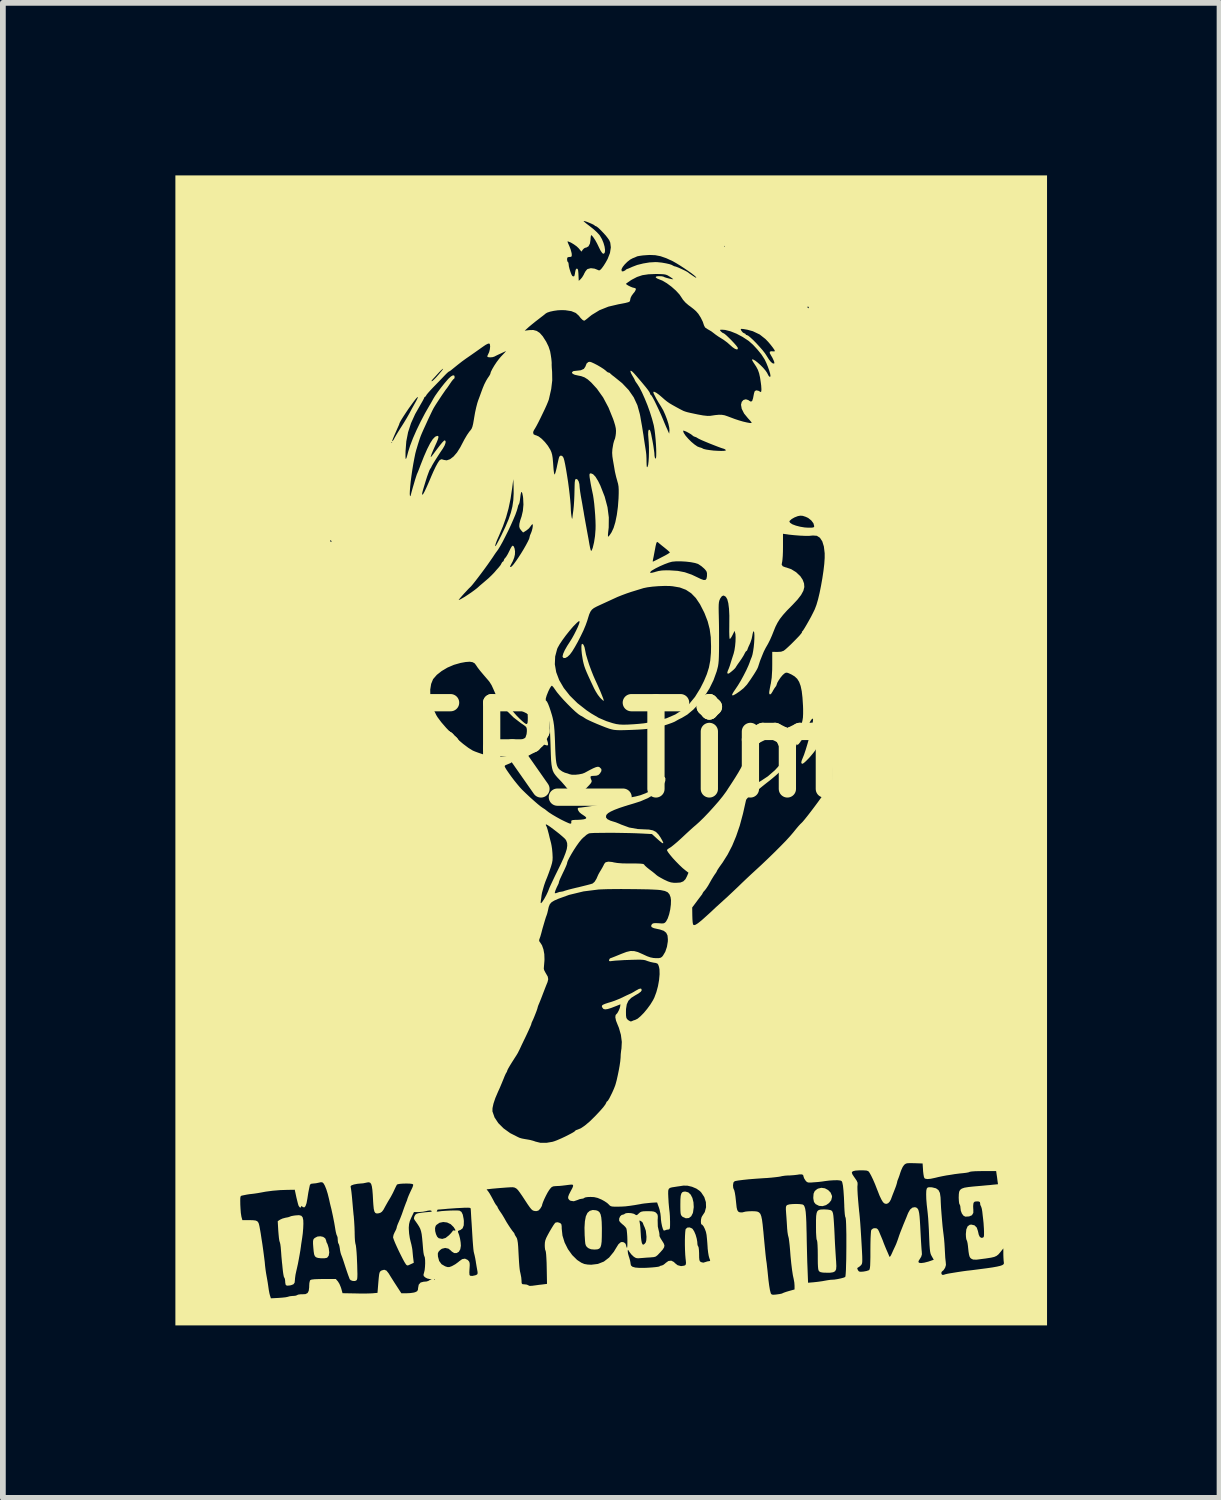
<source format=kicad_pcb>
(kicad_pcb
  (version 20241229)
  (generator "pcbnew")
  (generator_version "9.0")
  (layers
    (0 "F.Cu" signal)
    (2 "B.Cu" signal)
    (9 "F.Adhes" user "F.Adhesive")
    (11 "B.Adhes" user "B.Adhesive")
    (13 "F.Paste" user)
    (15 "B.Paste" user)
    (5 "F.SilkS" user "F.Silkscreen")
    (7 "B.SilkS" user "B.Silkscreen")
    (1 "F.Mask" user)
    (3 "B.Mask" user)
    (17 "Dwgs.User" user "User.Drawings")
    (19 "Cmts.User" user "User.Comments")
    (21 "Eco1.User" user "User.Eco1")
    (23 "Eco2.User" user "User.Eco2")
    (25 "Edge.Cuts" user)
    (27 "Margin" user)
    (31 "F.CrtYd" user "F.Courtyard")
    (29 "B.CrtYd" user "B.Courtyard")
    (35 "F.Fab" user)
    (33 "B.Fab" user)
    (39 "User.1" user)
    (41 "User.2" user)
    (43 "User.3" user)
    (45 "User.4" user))
  (footprint "P5R_Time"
    (layer "F.Cu")
    (at 7.572 9.992)
    (property "Reference" "P5R_Time" (at 0 0 0) (layer "F.SilkS") (effects (font (size 1.5 1.5) (thickness 0.3))))
    (attr board_only exclude_from_pos_files exclude_from_bom)
    (fp_poly (pts (xy 3.724 7.624) (xy 3.78 7.654) (xy 3.823 7.698) (xy 3.846 7.753) (xy 3.848 7.773) (xy 3.834 7.831) (xy 3.796 7.88) (xy 3.744 7.916) (xy 3.683 7.934) (xy 3.622 7.929) (xy 3.616 7.926) (xy 3.563 7.899) (xy 3.534 7.862) (xy 3.523 7.806) (xy 3.522 7.782) (xy 3.527 7.717) (xy 3.547 7.672) (xy 3.585 7.64) (xy 3.604 7.629) (xy 3.663 7.615)) (stroke (width 0) (type solid)) (fill yes) (layer "F.SilkS"))
    (fp_poly (pts (xy 1.349 7.695) (xy 1.39 7.734) (xy 1.42 7.793) (xy 1.438 7.867) (xy 1.443 7.951) (xy 1.431 8.039) (xy 1.426 8.057) (xy 1.399 8.11) (xy 1.357 8.141) (xy 1.305 8.145) (xy 1.252 8.122) (xy 1.245 8.116) (xy 1.23 8.101) (xy 1.22 8.083) (xy 1.214 8.055) (xy 1.211 8.011) (xy 1.21 7.946) (xy 1.21 7.906) (xy 1.211 7.817) (xy 1.216 7.755) (xy 1.227 7.715) (xy 1.244 7.692) (xy 1.27 7.682) (xy 1.3 7.681)) (stroke (width 0) (type solid)) (fill yes) (layer "F.SilkS"))
    (fp_poly (pts (xy -5.003 8.468) (xy -4.967 8.493) (xy -4.95 8.53) (xy -4.95 8.536) (xy -4.942 8.566) (xy -4.937 8.573) (xy -4.926 8.596) (xy -4.913 8.638) (xy -4.905 8.667) (xy -4.896 8.739) (xy -4.905 8.795) (xy -4.931 8.829) (xy -4.942 8.834) (xy -4.982 8.841) (xy -5.036 8.841) (xy -5.09 8.835) (xy -5.097 8.833) (xy -5.126 8.823) (xy -5.146 8.804) (xy -5.159 8.772) (xy -5.167 8.721) (xy -5.173 8.657) (xy -5.178 8.59) (xy -5.178 8.547) (xy -5.174 8.52) (xy -5.164 8.502) (xy -5.148 8.487) (xy -5.102 8.463) (xy -5.051 8.458)) (stroke (width 0) (type solid)) (fill yes) (layer "F.SilkS"))
    (fp_poly (pts (xy -0.256 8.006) (xy -0.222 8.018) (xy -0.196 8.04) (xy -0.177 8.077) (xy -0.165 8.132) (xy -0.158 8.209) (xy -0.155 8.312) (xy -0.155 8.36) (xy -0.156 8.469) (xy -0.159 8.552) (xy -0.167 8.61) (xy -0.18 8.65) (xy -0.201 8.673) (xy -0.23 8.685) (xy -0.269 8.688) (xy -0.284 8.689) (xy -0.343 8.684) (xy -0.384 8.668) (xy -0.405 8.653) (xy -0.423 8.635) (xy -0.435 8.614) (xy -0.443 8.585) (xy -0.448 8.539) (xy -0.452 8.47) (xy -0.454 8.448) (xy -0.457 8.308) (xy -0.45 8.197) (xy -0.434 8.112) (xy -0.406 8.052) (xy -0.366 8.016) (xy -0.314 8.001)) (stroke (width 0) (type solid)) (fill yes) (layer "F.SilkS"))
    (fp_poly (pts (xy -0.476 -1.831) (xy -0.457 -1.788) (xy -0.443 -1.72) (xy -0.431 -1.66) (xy -0.407 -1.579) (xy -0.377 -1.485) (xy -0.341 -1.387) (xy -0.303 -1.291) (xy -0.27 -1.216) (xy -0.222 -1.111) (xy -0.182 -1.02) (xy -0.152 -0.946) (xy -0.131 -0.892) (xy -0.122 -0.86) (xy -0.124 -0.853) (xy -0.14 -0.864) (xy -0.169 -0.891) (xy -0.19 -0.913) (xy -0.226 -0.96) (xy -0.264 -1.021) (xy -0.291 -1.072) (xy -0.345 -1.187) (xy -0.387 -1.278) (xy -0.419 -1.35) (xy -0.443 -1.409) (xy -0.46 -1.457) (xy -0.472 -1.5) (xy -0.482 -1.542) (xy -0.489 -1.579) (xy -0.503 -1.668) (xy -0.51 -1.744) (xy -0.511 -1.802) (xy -0.506 -1.837) (xy -0.497 -1.846)) (stroke (width 0) (type solid)) (fill yes) (layer "F.SilkS"))
    (fp_poly (pts (xy 3.773 7.994) (xy 3.818 8.002) (xy 3.838 8.011) (xy 3.849 8.021) (xy 3.857 8.037) (xy 3.865 8.062) (xy 3.871 8.1) (xy 3.876 8.154) (xy 3.881 8.228) (xy 3.887 8.326) (xy 3.893 8.45) (xy 3.894 8.48) (xy 3.899 8.582) (xy 3.905 8.684) (xy 3.911 8.779) (xy 3.916 8.857) (xy 3.919 8.895) (xy 3.923 8.976) (xy 3.919 9.032) (xy 3.901 9.066) (xy 3.867 9.084) (xy 3.813 9.092) (xy 3.761 9.092) (xy 3.692 9.09) (xy 3.648 9.082) (xy 3.624 9.068) (xy 3.615 9.054) (xy 3.608 9.03) (xy 3.604 8.991) (xy 3.601 8.933) (xy 3.6 8.852) (xy 3.6 8.79) (xy 3.599 8.693) (xy 3.596 8.615) (xy 3.592 8.56) (xy 3.587 8.53) (xy 3.584 8.526) (xy 3.578 8.507) (xy 3.574 8.461) (xy 3.57 8.393) (xy 3.569 8.305) (xy 3.569 8.279) (xy 3.569 8.178) (xy 3.572 8.104) (xy 3.58 8.053) (xy 3.594 8.02) (xy 3.618 8.001) (xy 3.652 7.993) (xy 3.7 7.991) (xy 3.718 7.991)) (stroke (width 0) (type solid)) (fill yes) (layer "F.SilkS"))
    (fp_poly (pts (xy -5.382 8.101) (xy -5.359 8.128) (xy -5.348 8.177) (xy -5.346 8.241) (xy -5.349 8.317) (xy -5.356 8.404) (xy -5.366 8.48) (xy -5.376 8.545) (xy -5.385 8.604) (xy -5.39 8.646) (xy -5.391 8.65) (xy -5.398 8.7) (xy -5.41 8.771) (xy -5.425 8.854) (xy -5.441 8.938) (xy -5.458 9.015) (xy -5.47 9.067) (xy -5.483 9.128) (xy -5.491 9.187) (xy -5.493 9.216) (xy -5.498 9.264) (xy -5.519 9.293) (xy -5.561 9.309) (xy -5.588 9.314) (xy -5.631 9.317) (xy -5.651 9.306) (xy -5.654 9.3) (xy -5.661 9.267) (xy -5.663 9.232) (xy -5.668 9.197) (xy -5.677 9.179) (xy -5.686 9.16) (xy -5.694 9.12) (xy -5.701 9.073) (xy -5.708 9.009) (xy -5.714 8.947) (xy -5.718 8.914) (xy -5.722 8.87) (xy -5.728 8.806) (xy -5.733 8.734) (xy -5.735 8.712) (xy -5.74 8.648) (xy -5.747 8.596) (xy -5.755 8.563) (xy -5.758 8.556) (xy -5.764 8.535) (xy -5.771 8.489) (xy -5.777 8.427) (xy -5.782 8.368) (xy -5.792 8.196) (xy -5.753 8.17) (xy -5.71 8.15) (xy -5.659 8.136) (xy -5.653 8.135) (xy -5.611 8.127) (xy -5.581 8.117) (xy -5.578 8.115) (xy -5.555 8.107) (xy -5.512 8.099) (xy -5.483 8.095) (xy -5.422 8.091)) (stroke (width 0) (type solid)) (fill yes) (layer "F.SilkS"))
    (fp_poly (pts (xy 7.587 0.008) (xy 7.587 10.008) (xy 0.008 10.008) (xy -7.572 10.008) (xy -7.572 7.838) (xy -6.444 7.838) (xy -6.443 7.907) (xy -6.443 7.909) (xy -6.439 7.982) (xy -6.434 8.05) (xy -6.426 8.102) (xy -6.423 8.119) (xy -6.407 8.177) (xy -6.286 8.177) (xy -6.22 8.179) (xy -6.177 8.184) (xy -6.151 8.195) (xy -6.141 8.204) (xy -6.132 8.216) (xy -6.124 8.231) (xy -6.117 8.254) (xy -6.109 8.289) (xy -6.1 8.339) (xy -6.088 8.408) (xy -6.074 8.501) (xy -6.059 8.596) (xy -6.044 8.703) (xy -6.03 8.81) (xy -6.018 8.905) (xy -6.013 8.963) (xy -6.005 9.03) (xy -5.995 9.099) (xy -5.989 9.133) (xy -5.979 9.188) (xy -5.967 9.258) (xy -5.957 9.325) (xy -5.948 9.389) (xy -5.937 9.448) (xy -5.927 9.488) (xy -5.926 9.489) (xy -5.911 9.537) (xy -5.776 9.53) (xy -5.711 9.525) (xy -5.656 9.519) (xy -5.621 9.512) (xy -5.614 9.51) (xy -5.582 9.501) (xy -5.536 9.496) (xy -5.526 9.496) (xy -5.484 9.492) (xy -5.457 9.483) (xy -5.454 9.48) (xy -5.434 9.472) (xy -5.394 9.467) (xy -5.367 9.467) (xy -5.31 9.464) (xy -5.273 9.445) (xy -5.253 9.407) (xy -5.245 9.345) (xy -5.245 9.324) (xy -5.242 9.273) (xy -5.233 9.234) (xy -5.226 9.22) (xy -5.202 9.211) (xy -5.15 9.205) (xy -5.07 9.202) (xy -4.994 9.201) (xy -4.782 9.201) (xy -4.745 9.244) (xy -4.719 9.286) (xy -4.696 9.341) (xy -4.687 9.368) (xy -4.665 9.448) (xy -4.439 9.452) (xy -4.351 9.454) (xy -4.267 9.454) (xy -4.195 9.452) (xy -4.144 9.45) (xy -4.135 9.449) (xy -4.057 9.442) (xy -4.042 9.258) (xy -4.035 9.18) (xy -4.029 9.127) (xy -4.022 9.093) (xy -4.012 9.073) (xy -3.998 9.06) (xy -3.984 9.052) (xy -3.94 9.04) (xy -3.901 9.055) (xy -3.865 9.1) (xy -3.856 9.114) (xy -3.836 9.147) (xy -3.804 9.198) (xy -3.765 9.26) (xy -3.735 9.306) (xy -3.642 9.449) (xy -3.548 9.449) (xy -3.487 9.446) (xy -3.431 9.438) (xy -3.403 9.431) (xy -3.368 9.414) (xy -3.354 9.389) (xy -3.351 9.358) (xy -3.34 9.3) (xy -3.307 9.262) (xy -3.252 9.248) (xy -3.244 9.248) (xy -3.202 9.244) (xy -3.174 9.235) (xy -3.172 9.234) (xy -3.146 9.218) (xy -3.127 9.212) (xy -3.119 9.209) (xy -3.072 9.209) (xy -3.064 9.217) (xy -3.057 9.209) (xy -3.064 9.201) (xy -3.072 9.209) (xy -3.119 9.209) (xy -3.115 9.207) (xy -3.134 9.203) (xy -3.144 9.203) (xy -3.192 9.192) (xy -3.229 9.172) (xy -3.253 9.149) (xy -3.257 9.126) (xy -3.247 9.089) (xy -3.237 9.047) (xy -3.231 8.991) (xy -3.228 8.929) (xy -3.229 8.871) (xy -3.234 8.826) (xy -3.242 8.805) (xy -3.25 8.783) (xy -3.258 8.739) (xy -3.264 8.683) (xy -3.264 8.681) (xy -3.273 8.571) (xy -3.281 8.486) (xy -3.289 8.42) (xy -3.3 8.369) (xy -3.314 8.327) (xy -3.32 8.315) (xy -3.056 8.315) (xy -3.054 8.367) (xy -3.04 8.421) (xy -3.019 8.466) (xy -2.992 8.492) (xy -2.991 8.492) (xy -2.931 8.504) (xy -2.873 8.487) (xy -2.814 8.441) (xy -2.811 8.438) (xy -2.776 8.401) (xy -2.753 8.372) (xy -2.746 8.361) (xy -2.735 8.355) (xy -2.723 8.358) (xy -2.703 8.36) (xy -2.704 8.344) (xy -2.727 8.307) (xy -2.732 8.299) (xy -2.784 8.248) (xy -2.847 8.218) (xy -2.914 8.21) (xy -2.978 8.223) (xy -3.03 8.259) (xy -3.045 8.277) (xy -3.056 8.315) (xy -3.32 8.315) (xy -3.334 8.288) (xy -3.361 8.246) (xy -3.396 8.196) (xy -3.407 8.182) (xy -3.423 8.153) (xy -3.419 8.124) (xy -3.411 8.104) (xy -3.396 8.08) (xy -3.374 8.065) (xy -3.337 8.055) (xy -3.289 8.048) (xy -3.229 8.041) (xy -3.175 8.036) (xy -3.145 8.034) (xy -3.116 8.03) (xy -3.116 8.027) (xy -3.029 8.027) (xy -3.029 8.03) (xy -3.005 8.028) (xy -2.995 8.027) (xy -2.941 8.02) (xy -2.874 8.015) (xy -2.801 8.011) (xy -2.731 8.009) (xy -2.673 8.009) (xy -2.635 8.012) (xy -2.63 8.013) (xy -2.597 8.034) (xy -2.574 8.081) (xy -2.559 8.156) (xy -2.555 8.192) (xy -2.557 8.268) (xy -2.577 8.32) (xy -2.615 8.349) (xy -2.631 8.354) (xy -2.657 8.366) (xy -2.657 8.385) (xy -2.654 8.391) (xy -2.638 8.435) (xy -2.622 8.496) (xy -2.611 8.563) (xy -2.607 8.622) (xy -2.607 8.623) (xy -2.617 8.684) (xy -2.643 8.728) (xy -2.681 8.75) (xy -2.723 8.75) (xy -2.766 8.723) (xy -2.776 8.711) (xy -2.823 8.673) (xy -2.88 8.661) (xy -2.937 8.675) (xy -2.969 8.698) (xy -2.997 8.729) (xy -3.008 8.759) (xy -3.006 8.804) (xy -3.006 8.809) (xy -2.985 8.887) (xy -2.943 8.944) (xy -2.881 8.98) (xy -2.842 8.993) (xy -2.81 8.994) (xy -2.772 8.981) (xy -2.757 8.974) (xy -2.703 8.944) (xy -2.65 8.905) (xy -2.639 8.895) (xy -2.585 8.856) (xy -2.536 8.847) (xy -2.491 8.868) (xy -2.481 8.877) (xy -2.464 8.897) (xy -2.455 8.922) (xy -2.453 8.959) (xy -2.456 9.017) (xy -2.457 9.023) (xy -2.46 9.089) (xy -2.457 9.129) (xy -2.447 9.144) (xy -2.409 9.148) (xy -2.357 9.137) (xy -2.338 9.13) (xy -2.318 9.115) (xy -2.316 9.083) (xy -2.318 9.071) (xy -2.325 9.032) (xy -2.335 8.975) (xy -2.346 8.909) (xy -2.347 8.899) (xy -2.358 8.837) (xy -2.369 8.786) (xy -2.377 8.755) (xy -2.378 8.751) (xy -2.384 8.725) (xy -2.39 8.677) (xy -2.395 8.619) (xy -2.395 8.619) (xy -2.402 8.529) (xy -2.408 8.432) (xy -2.414 8.332) (xy -2.42 8.235) (xy -2.426 8.148) (xy -2.43 8.075) (xy -2.433 8.021) (xy -2.435 7.993) (xy -2.435 7.993) (xy -2.436 7.977) (xy -2.443 7.967) (xy -2.461 7.962) (xy -2.495 7.961) (xy -2.55 7.962) (xy -2.603 7.965) (xy -2.685 7.969) (xy -2.769 7.975) (xy -2.841 7.98) (xy -2.87 7.983) (xy -2.927 7.988) (xy -2.974 7.992) (xy -2.999 7.993) (xy -3.018 7.999) (xy -3.018 8.006) (xy -3.022 8.023) (xy -3.029 8.027) (xy -3.116 8.027) (xy -3.116 8.018) (xy -3.118 8.016) (xy -3.142 8.008) (xy -3.186 8.014) (xy -3.204 8.019) (xy -3.266 8.031) (xy -3.333 8.037) (xy -3.349 8.037) (xy -3.423 8.037) (xy -3.469 8.133) (xy -3.495 8.194) (xy -3.508 8.247) (xy -3.513 8.308) (xy -3.512 8.339) (xy -3.507 8.412) (xy -3.495 8.49) (xy -3.483 8.542) (xy -3.467 8.604) (xy -3.455 8.664) (xy -3.45 8.697) (xy -3.445 8.751) (xy -3.439 8.815) (xy -3.436 8.839) (xy -3.426 8.919) (xy -3.484 8.946) (xy -3.521 8.963) (xy -3.542 8.965) (xy -3.557 8.953) (xy -3.564 8.944) (xy -3.587 8.908) (xy -3.617 8.853) (xy -3.651 8.786) (xy -3.687 8.713) (xy -3.721 8.64) (xy -3.751 8.573) (xy -3.773 8.518) (xy -3.785 8.482) (xy -3.786 8.475) (xy -3.778 8.433) (xy -3.758 8.387) (xy -3.755 8.382) (xy -3.735 8.343) (xy -3.724 8.313) (xy -3.724 8.309) (xy -3.718 8.283) (xy -3.702 8.241) (xy -3.686 8.205) (xy -3.66 8.144) (xy -3.632 8.071) (xy -3.615 8.022) (xy -3.594 7.962) (xy -3.573 7.906) (xy -3.56 7.872) (xy -3.545 7.836) (xy -3.538 7.813) (xy -3.538 7.812) (xy -3.531 7.791) (xy -3.515 7.751) (xy -3.491 7.697) (xy -3.465 7.642) (xy -2.16 7.642) (xy -2.129 7.681) (xy -2.107 7.714) (xy -2.078 7.765) (xy -2.048 7.82) (xy -2.022 7.87) (xy -1.999 7.908) (xy -1.985 7.926) (xy -1.984 7.926) (xy -1.971 7.944) (xy -1.971 7.947) (xy -1.962 7.968) (xy -1.942 8.002) (xy -1.936 8.011) (xy -1.891 8.077) (xy -1.852 8.142) (xy -1.837 8.169) (xy -1.81 8.216) (xy -1.777 8.268) (xy -1.744 8.318) (xy -1.714 8.36) (xy -1.694 8.386) (xy -1.688 8.392) (xy -1.676 8.409) (xy -1.676 8.412) (xy -1.668 8.434) (xy -1.648 8.467) (xy -1.646 8.469) (xy -1.633 8.492) (xy -1.624 8.525) (xy -1.616 8.573) (xy -1.61 8.642) (xy -1.606 8.72) (xy -1.6 8.83) (xy -1.595 8.914) (xy -1.59 8.978) (xy -1.585 9.027) (xy -1.579 9.067) (xy -1.571 9.102) (xy -1.568 9.116) (xy -1.557 9.173) (xy -1.552 9.23) (xy -1.552 9.236) (xy -1.55 9.274) (xy -1.538 9.29) (xy -1.508 9.294) (xy -1.498 9.294) (xy -1.459 9.299) (xy -1.435 9.31) (xy -1.434 9.311) (xy -1.412 9.321) (xy -1.366 9.319) (xy -1.36 9.318) (xy -1.307 9.311) (xy -1.242 9.302) (xy -1.203 9.298) (xy -1.109 9.286) (xy -1.114 9.007) (xy -1.116 8.917) (xy -1.12 8.837) (xy -1.124 8.773) (xy -1.129 8.73) (xy -1.133 8.713) (xy -1.142 8.69) (xy -1.147 8.648) (xy -1.148 8.612) (xy -1.146 8.569) (xy -1.139 8.531) (xy -1.123 8.488) (xy -1.095 8.433) (xy -1.066 8.38) (xy -1.03 8.319) (xy -0.998 8.267) (xy -0.973 8.232) (xy -0.961 8.22) (xy -0.927 8.214) (xy -0.896 8.222) (xy -0.872 8.234) (xy -0.859 8.251) (xy -0.854 8.284) (xy -0.853 8.327) (xy -0.84 8.446) (xy -0.803 8.566) (xy -0.745 8.682) (xy -0.671 8.785) (xy -0.585 8.87) (xy -0.512 8.918) (xy -0.46 8.94) (xy -0.402 8.95) (xy -0.339 8.953) (xy -0.224 8.939) (xy -0.12 8.898) (xy -0.029 8.828) (xy 0.052 8.729) (xy 0.095 8.658) (xy 0.133 8.597) (xy 0.17 8.564) (xy 0.194 8.557) (xy 0.229 8.564) (xy 0.256 8.587) (xy 0.264 8.608) (xy 0.273 8.645) (xy 0.28 8.658) (xy 0.285 8.653) (xy 0.288 8.625) (xy 0.289 8.579) (xy 0.289 8.522) (xy 0.287 8.461) (xy 0.283 8.404) (xy 0.278 8.356) (xy 0.272 8.325) (xy 0.272 8.324) (xy 0.253 8.296) (xy 0.22 8.263) (xy 0.209 8.255) (xy 0.173 8.223) (xy 0.149 8.194) (xy 0.148 8.191) (xy 0.498 8.191) (xy 0.503 8.218) (xy 0.509 8.253) (xy 0.515 8.309) (xy 0.519 8.377) (xy 0.521 8.406) (xy 0.525 8.474) (xy 0.532 8.532) (xy 0.54 8.572) (xy 0.544 8.582) (xy 0.558 8.604) (xy 0.574 8.601) (xy 0.591 8.587) (xy 0.609 8.563) (xy 0.618 8.526) (xy 0.621 8.468) (xy 0.621 8.465) (xy 0.61 8.363) (xy 0.59 8.305) (xy 0.571 8.264) (xy 0.56 8.234) (xy 0.559 8.228) (xy 0.547 8.211) (xy 0.526 8.195) (xy 0.503 8.183) (xy 0.498 8.191) (xy 0.148 8.191) (xy 0.146 8.187) (xy 0.146 8.15) (xy 0.162 8.113) (xy 0.188 8.088) (xy 0.203 8.084) (xy 0.232 8.076) (xy 0.241 8.068) (xy 0.263 8.057) (xy 0.304 8.053) (xy 0.352 8.056) (xy 0.395 8.065) (xy 0.42 8.077) (xy 0.44 8.091) (xy 0.459 8.087) (xy 0.486 8.062) (xy 0.51 8.041) (xy 0.537 8.029) (xy 0.574 8.023) (xy 0.633 8.022) (xy 0.643 8.022) (xy 0.707 8.023) (xy 0.749 8.029) (xy 0.776 8.04) (xy 0.792 8.054) (xy 0.811 8.077) (xy 0.818 8.106) (xy 0.817 8.151) (xy 0.815 8.172) (xy 0.818 8.287) (xy 0.83 8.342) (xy 0.842 8.391) (xy 0.847 8.427) (xy 0.846 8.441) (xy 0.849 8.46) (xy 0.867 8.496) (xy 0.891 8.534) (xy 0.92 8.58) (xy 0.933 8.616) (xy 0.928 8.649) (xy 0.904 8.688) (xy 0.859 8.739) (xy 0.853 8.745) (xy 0.814 8.786) (xy 0.783 8.81) (xy 0.75 8.82) (xy 0.705 8.824) (xy 0.698 8.825) (xy 0.629 8.829) (xy 0.554 8.835) (xy 0.527 8.837) (xy 0.474 8.841) (xy 0.438 8.836) (xy 0.408 8.819) (xy 0.398 8.812) (xy 0.357 8.773) (xy 0.324 8.729) (xy 0.305 8.699) (xy 0.297 8.694) (xy 0.295 8.712) (xy 0.295 8.72) (xy 0.3 8.758) (xy 0.314 8.809) (xy 0.321 8.829) (xy 0.335 8.878) (xy 0.343 8.922) (xy 0.344 8.934) (xy 0.351 8.965) (xy 0.377 8.988) (xy 0.426 9.002) (xy 0.5 9.008) (xy 0.6 9.007) (xy 0.645 9.005) (xy 0.719 9) (xy 0.782 8.994) (xy 0.826 8.988) (xy 0.847 8.982) (xy 0.847 8.981) (xy 0.868 8.97) (xy 0.882 8.968) (xy 0.91 8.958) (xy 0.945 8.932) (xy 0.952 8.924) (xy 1.002 8.888) (xy 1.052 8.882) (xy 1.099 8.906) (xy 1.115 8.924) (xy 1.162 8.961) (xy 1.222 8.977) (xy 1.277 8.969) (xy 1.296 8.96) (xy 1.305 8.946) (xy 1.308 8.919) (xy 1.304 8.872) (xy 1.301 8.85) (xy 1.295 8.779) (xy 1.291 8.697) (xy 1.289 8.61) (xy 1.289 8.524) (xy 1.291 8.447) (xy 1.295 8.384) (xy 1.3 8.342) (xy 1.304 8.331) (xy 1.332 8.307) (xy 1.372 8.304) (xy 1.413 8.322) (xy 1.425 8.333) (xy 1.451 8.374) (xy 1.476 8.433) (xy 1.495 8.5) (xy 1.505 8.56) (xy 1.505 8.574) (xy 1.509 8.612) (xy 1.52 8.634) (xy 1.521 8.635) (xy 1.528 8.654) (xy 1.533 8.696) (xy 1.536 8.752) (xy 1.536 8.767) (xy 1.537 8.83) (xy 1.541 8.869) (xy 1.549 8.891) (xy 1.564 8.904) (xy 1.569 8.907) (xy 1.608 8.917) (xy 1.64 8.908) (xy 1.68 8.895) (xy 1.707 8.891) (xy 1.725 8.888) (xy 1.728 8.875) (xy 1.716 8.843) (xy 1.714 8.838) (xy 1.703 8.798) (xy 1.693 8.739) (xy 1.685 8.67) (xy 1.684 8.648) (xy 1.679 8.575) (xy 1.673 8.503) (xy 1.667 8.445) (xy 1.666 8.435) (xy 1.655 8.382) (xy 1.636 8.33) (xy 1.614 8.286) (xy 1.592 8.259) (xy 1.581 8.255) (xy 1.571 8.241) (xy 1.567 8.209) (xy 1.569 8.169) (xy 1.577 8.132) (xy 1.587 8.111) (xy 1.635 8.037) (xy 1.657 7.953) (xy 1.654 7.864) (xy 1.626 7.776) (xy 1.573 7.696) (xy 1.548 7.67) (xy 1.489 7.629) (xy 1.413 7.597) (xy 1.333 7.578) (xy 1.263 7.577) (xy 1.262 7.577) (xy 1.211 7.585) (xy 1.148 7.594) (xy 1.117 7.599) (xy 1.064 7.607) (xy 1.029 7.617) (xy 1.008 7.635) (xy 0.999 7.666) (xy 0.998 7.716) (xy 1.001 7.79) (xy 1.002 7.802) (xy 1.006 7.876) (xy 1.012 7.942) (xy 1.017 7.993) (xy 1.02 8.014) (xy 1.024 8.051) (xy 1.028 8.108) (xy 1.03 8.176) (xy 1.031 8.2) (xy 1.031 8.267) (xy 1.029 8.308) (xy 1.023 8.33) (xy 1.013 8.339) (xy 1.001 8.34) (xy 0.964 8.346) (xy 0.949 8.353) (xy 0.926 8.359) (xy 0.919 8.356) (xy 0.906 8.33) (xy 0.892 8.283) (xy 0.88 8.224) (xy 0.872 8.164) (xy 0.87 8.123) (xy 0.863 8.061) (xy 0.848 7.993) (xy 0.838 7.96) (xy 0.821 7.914) (xy 0.81 7.882) (xy 0.807 7.872) (xy 0.793 7.87) (xy 0.756 7.872) (xy 0.704 7.875) (xy 0.645 7.881) (xy 0.587 7.887) (xy 0.537 7.894) (xy 0.524 7.897) (xy 0.415 7.916) (xy 0.327 7.929) (xy 0.252 7.938) (xy 0.179 7.942) (xy 0.126 7.943) (xy 0.062 7.943) (xy 0.021 7.94) (xy -0.005 7.932) (xy -0.023 7.918) (xy -0.034 7.906) (xy -0.063 7.879) (xy -0.111 7.847) (xy -0.16 7.82) (xy -0.229 7.791) (xy -0.29 7.777) (xy -0.352 7.774) (xy -0.404 7.776) (xy -0.442 7.782) (xy -0.458 7.789) (xy -0.479 7.802) (xy -0.501 7.805) (xy -0.54 7.812) (xy -0.58 7.828) (xy -0.643 7.849) (xy -0.698 7.841) (xy -0.718 7.83) (xy -0.738 7.806) (xy -0.742 7.776) (xy -0.728 7.734) (xy -0.698 7.675) (xy -0.667 7.617) (xy -0.654 7.581) (xy -0.657 7.573) (xy 2.126 7.573) (xy 2.129 7.613) (xy 2.137 7.638) (xy 2.139 7.64) (xy 2.148 7.66) (xy 2.158 7.703) (xy 2.168 7.765) (xy 2.176 7.838) (xy 2.181 7.885) (xy 2.189 7.957) (xy 2.2 8.003) (xy 2.218 8.03) (xy 2.244 8.042) (xy 2.246 8.042) (xy 2.287 8.043) (xy 2.315 8.036) (xy 2.343 8.029) (xy 2.392 8.024) (xy 2.45 8.022) (xy 2.504 8.023) (xy 2.546 8.028) (xy 2.577 8.042) (xy 2.601 8.068) (xy 2.617 8.109) (xy 2.63 8.17) (xy 2.641 8.253) (xy 2.652 8.364) (xy 2.654 8.379) (xy 2.662 8.47) (xy 2.672 8.573) (xy 2.681 8.668) (xy 2.684 8.697) (xy 2.691 8.769) (xy 2.698 8.833) (xy 2.704 8.882) (xy 2.707 8.899) (xy 2.712 8.934) (xy 2.718 8.991) (xy 2.726 9.06) (xy 2.73 9.1) (xy 2.742 9.218) (xy 2.755 9.317) (xy 2.768 9.393) (xy 2.781 9.444) (xy 2.784 9.453) (xy 2.796 9.468) (xy 2.818 9.475) (xy 2.859 9.473) (xy 2.884 9.47) (xy 2.935 9.463) (xy 2.973 9.455) (xy 2.987 9.449) (xy 3.009 9.439) (xy 3.052 9.424) (xy 3.099 9.41) (xy 3.196 9.383) (xy 3.196 9.319) (xy 3.192 9.262) (xy 3.182 9.207) (xy 3.181 9.201) (xy 3.167 9.137) (xy 3.153 9.046) (xy 3.139 8.933) (xy 3.126 8.801) (xy 3.118 8.697) (xy 3.111 8.618) (xy 3.103 8.549) (xy 3.096 8.496) (xy 3.089 8.466) (xy 3.088 8.464) (xy 3.081 8.435) (xy 3.073 8.384) (xy 3.067 8.321) (xy 3.066 8.301) (xy 3.061 8.219) (xy 3.055 8.13) (xy 3.049 8.052) (xy 3.049 8.05) (xy 3.045 7.989) (xy 3.046 7.952) (xy 3.052 7.93) (xy 3.065 7.917) (xy 3.075 7.912) (xy 3.108 7.903) (xy 3.16 7.898) (xy 3.221 7.896) (xy 3.281 7.898) (xy 3.328 7.904) (xy 3.337 7.906) (xy 3.355 7.917) (xy 3.369 7.941) (xy 3.381 7.979) (xy 3.39 8.035) (xy 3.396 8.113) (xy 3.401 8.214) (xy 3.404 8.342) (xy 3.406 8.41) (xy 3.408 8.533) (xy 3.411 8.663) (xy 3.414 8.789) (xy 3.417 8.905) (xy 3.421 9.001) (xy 3.422 9.028) (xy 3.431 9.266) (xy 3.527 9.258) (xy 3.6 9.25) (xy 3.678 9.239) (xy 3.716 9.232) (xy 3.773 9.222) (xy 3.823 9.215) (xy 3.848 9.214) (xy 3.892 9.211) (xy 3.947 9.202) (xy 4.004 9.19) (xy 4.051 9.177) (xy 4.077 9.166) (xy 4.082 9.147) (xy 4.086 9.103) (xy 4.09 9.036) (xy 4.092 8.953) (xy 4.095 8.857) (xy 4.096 8.752) (xy 4.097 8.642) (xy 4.097 8.534) (xy 4.097 8.429) (xy 4.095 8.334) (xy 4.093 8.252) (xy 4.09 8.188) (xy 4.086 8.146) (xy 4.082 8.13) (xy 4.082 8.13) (xy 4.076 8.116) (xy 4.07 8.076) (xy 4.065 8.015) (xy 4.061 7.941) (xy 4.061 7.925) (xy 4.055 7.781) (xy 4.047 7.665) (xy 4.038 7.578) (xy 4.026 7.521) (xy 4.015 7.498) (xy 3.991 7.488) (xy 3.942 7.483) (xy 3.877 7.484) (xy 3.801 7.489) (xy 3.72 7.499) (xy 3.708 7.501) (xy 3.666 7.507) (xy 3.605 7.514) (xy 3.539 7.519) (xy 3.536 7.519) (xy 3.476 7.524) (xy 3.438 7.523) (xy 3.415 7.516) (xy 3.397 7.501) (xy 3.385 7.486) (xy 3.362 7.449) (xy 3.352 7.418) (xy 3.351 7.416) (xy 3.345 7.392) (xy 3.323 7.382) (xy 3.28 7.382) (xy 3.244 7.388) (xy 3.184 7.395) (xy 3.116 7.4) (xy 3.089 7.4) (xy 3.031 7.404) (xy 2.977 7.412) (xy 2.957 7.417) (xy 2.925 7.423) (xy 2.869 7.43) (xy 2.795 7.438) (xy 2.711 7.445) (xy 2.669 7.447) (xy 2.524 7.457) (xy 2.398 7.467) (xy 2.296 7.478) (xy 2.218 7.488) (xy 2.167 7.497) (xy 2.153 7.502) (xy 2.133 7.523) (xy 2.126 7.568) (xy 2.126 7.573) (xy -0.657 7.573) (xy -0.659 7.563) (xy -0.685 7.559) (xy -0.725 7.563) (xy -0.796 7.572) (xy -0.846 7.578) (xy -0.886 7.582) (xy -0.925 7.584) (xy -0.951 7.585) (xy -0.996 7.589) (xy -1.026 7.601) (xy -1.052 7.628) (xy -1.072 7.655) (xy -1.099 7.698) (xy -1.128 7.753) (xy -1.156 7.811) (xy -1.179 7.865) (xy -1.193 7.906) (xy -1.195 7.919) (xy -1.203 7.939) (xy -1.223 7.972) (xy -1.227 7.978) (xy -1.256 8.009) (xy -1.289 8.02) (xy -1.316 8.019) (xy -1.339 8.015) (xy -1.36 8.006) (xy -1.382 7.987) (xy -1.408 7.955) (xy -1.444 7.904) (xy -1.484 7.843) (xy -1.539 7.759) (xy -1.582 7.697) (xy -1.615 7.653) (xy -1.644 7.626) (xy -1.673 7.611) (xy -1.705 7.605) (xy -1.746 7.606) (xy -1.797 7.609) (xy -1.878 7.615) (xy -1.965 7.622) (xy -2.04 7.629) (xy -2.046 7.629) (xy -2.16 7.642) (xy -3.465 7.642) (xy -3.463 7.638) (xy -3.451 7.613) (xy -3.438 7.578) (xy -3.437 7.555) (xy -3.438 7.555) (xy -3.458 7.547) (xy -3.499 7.542) (xy -3.554 7.541) (xy -3.612 7.542) (xy -3.666 7.546) (xy -3.704 7.553) (xy -3.719 7.56) (xy -3.733 7.586) (xy -3.753 7.627) (xy -3.763 7.649) (xy -3.789 7.704) (xy -3.822 7.766) (xy -3.84 7.797) (xy -3.875 7.855) (xy -3.91 7.917) (xy -3.925 7.944) (xy -3.955 7.999) (xy -3.98 8.031) (xy -4.006 8.049) (xy -4.034 8.058) (xy -4.069 8.062) (xy -4.094 8.053) (xy -4.111 8.027) (xy -4.122 7.98) (xy -4.129 7.909) (xy -4.133 7.851) (xy -4.139 7.737) (xy -4.146 7.651) (xy -4.155 7.59) (xy -4.167 7.549) (xy -4.184 7.527) (xy -4.207 7.519) (xy -4.237 7.522) (xy -4.253 7.526) (xy -4.307 7.537) (xy -4.358 7.541) (xy -4.409 7.546) (xy -4.465 7.557) (xy -4.472 7.559) (xy -4.51 7.573) (xy -4.525 7.589) (xy -4.522 7.61) (xy -4.517 7.638) (xy -4.51 7.69) (xy -4.503 7.755) (xy -4.499 7.797) (xy -4.491 7.888) (xy -4.482 7.991) (xy -4.473 8.087) (xy -4.47 8.107) (xy -4.463 8.198) (xy -4.457 8.299) (xy -4.454 8.393) (xy -4.454 8.415) (xy -4.452 8.483) (xy -4.448 8.542) (xy -4.442 8.582) (xy -4.439 8.594) (xy -4.433 8.619) (xy -4.427 8.668) (xy -4.421 8.736) (xy -4.416 8.815) (xy -4.415 8.845) (xy -4.41 8.96) (xy -4.408 9.049) (xy -4.406 9.114) (xy -4.407 9.16) (xy -4.409 9.19) (xy -4.414 9.21) (xy -4.42 9.222) (xy -4.421 9.223) (xy -4.448 9.236) (xy -4.487 9.235) (xy -4.523 9.222) (xy -4.541 9.203) (xy -4.554 9.167) (xy -4.562 9.147) (xy -4.572 9.119) (xy -4.589 9.07) (xy -4.61 9.007) (xy -4.625 8.961) (xy -4.647 8.893) (xy -4.667 8.834) (xy -4.683 8.792) (xy -4.689 8.777) (xy -4.699 8.745) (xy -4.709 8.697) (xy -4.712 8.672) (xy -4.72 8.626) (xy -4.73 8.594) (xy -4.735 8.587) (xy -4.743 8.567) (xy -4.748 8.53) (xy -4.748 8.521) (xy -4.751 8.479) (xy -4.76 8.45) (xy -4.762 8.448) (xy -4.771 8.426) (xy -4.782 8.382) (xy -4.792 8.327) (xy -4.792 8.324) (xy -4.809 8.225) (xy -4.832 8.108) (xy -4.859 7.984) (xy -4.873 7.929) (xy -4.885 7.879) (xy -4.898 7.819) (xy -4.902 7.802) (xy -4.923 7.718) (xy -4.947 7.641) (xy -4.972 7.579) (xy -4.994 7.54) (xy -4.994 7.54) (xy -5.016 7.52) (xy -5.043 7.518) (xy -5.074 7.525) (xy -5.127 7.536) (xy -5.178 7.541) (xy -5.215 7.546) (xy -5.232 7.565) (xy -5.235 7.576) (xy -5.244 7.618) (xy -5.252 7.657) (xy -5.26 7.698) (xy -5.269 7.755) (xy -5.276 7.801) (xy -5.291 7.882) (xy -5.309 7.933) (xy -5.33 7.956) (xy -5.355 7.95) (xy -5.365 7.941) (xy -5.381 7.93) (xy -5.384 7.941) (xy -5.392 7.959) (xy -5.409 7.955) (xy -5.427 7.931) (xy -5.43 7.925) (xy -5.44 7.893) (xy -5.453 7.841) (xy -5.468 7.78) (xy -5.47 7.77) (xy -5.496 7.649) (xy -5.623 7.651) (xy -5.748 7.655) (xy -5.879 7.666) (xy -6.001 7.682) (xy -6.082 7.697) (xy -6.144 7.708) (xy -6.205 7.717) (xy -6.23 7.72) (xy -6.284 7.726) (xy -6.334 7.734) (xy -6.338 7.735) (xy -6.383 7.744) (xy -6.416 7.751) (xy -6.43 7.756) (xy -6.439 7.768) (xy -6.443 7.793) (xy -6.444 7.838) (xy -7.572 7.838) (xy -7.572 7.346) (xy 4.192 7.346) (xy 4.2 7.377) (xy 4.23 7.424) (xy 4.244 7.443) (xy 4.277 7.492) (xy 4.292 7.527) (xy 4.292 7.56) (xy 4.292 7.562) (xy 4.289 7.595) (xy 4.29 7.655) (xy 4.294 7.733) (xy 4.301 7.826) (xy 4.31 7.927) (xy 4.32 8.03) (xy 4.323 8.053) (xy 4.33 8.125) (xy 4.338 8.221) (xy 4.346 8.337) (xy 4.354 8.464) (xy 4.362 8.598) (xy 4.369 8.722) (xy 4.373 8.808) (xy 4.374 8.868) (xy 4.373 8.908) (xy 4.368 8.934) (xy 4.36 8.951) (xy 4.348 8.965) (xy 4.319 8.99) (xy 4.298 9.002) (xy 4.286 9.013) (xy 4.293 9.036) (xy 4.297 9.045) (xy 4.312 9.066) (xy 4.333 9.075) (xy 4.37 9.074) (xy 4.394 9.072) (xy 4.444 9.063) (xy 4.482 9.051) (xy 4.494 9.045) (xy 4.501 9.032) (xy 4.507 9.007) (xy 4.511 8.966) (xy 4.513 8.905) (xy 4.515 8.82) (xy 4.515 8.708) (xy 4.515 8.702) (xy 4.516 8.59) (xy 4.518 8.495) (xy 4.522 8.42) (xy 4.526 8.369) (xy 4.531 8.347) (xy 4.561 8.322) (xy 4.594 8.317) (xy 4.626 8.322) (xy 4.648 8.342) (xy 4.665 8.375) (xy 4.686 8.426) (xy 4.707 8.475) (xy 4.709 8.48) (xy 4.729 8.528) (xy 4.748 8.58) (xy 4.748 8.58) (xy 4.767 8.627) (xy 4.791 8.685) (xy 4.803 8.712) (xy 4.824 8.76) (xy 4.84 8.799) (xy 4.846 8.813) (xy 4.855 8.815) (xy 4.872 8.79) (xy 4.887 8.759) (xy 4.911 8.705) (xy 4.935 8.654) (xy 4.944 8.635) (xy 4.963 8.593) (xy 4.984 8.537) (xy 4.996 8.503) (xy 5.015 8.446) (xy 5.034 8.394) (xy 5.043 8.371) (xy 5.06 8.328) (xy 5.074 8.293) (xy 5.086 8.262) (xy 5.106 8.214) (xy 5.118 8.185) (xy 5.142 8.127) (xy 5.164 8.071) (xy 5.173 8.05) (xy 5.205 7.994) (xy 5.245 7.96) (xy 5.289 7.952) (xy 5.314 7.959) (xy 5.33 7.971) (xy 5.344 7.988) (xy 5.354 8.015) (xy 5.363 8.055) (xy 5.37 8.112) (xy 5.376 8.19) (xy 5.382 8.293) (xy 5.386 8.371) (xy 5.391 8.466) (xy 5.396 8.556) (xy 5.401 8.634) (xy 5.405 8.692) (xy 5.408 8.72) (xy 5.411 8.772) (xy 5.399 8.813) (xy 5.378 8.848) (xy 5.355 8.884) (xy 5.35 8.905) (xy 5.36 8.917) (xy 5.363 8.919) (xy 5.396 8.924) (xy 5.451 8.917) (xy 5.522 8.899) (xy 5.566 8.884) (xy 5.617 8.866) (xy 5.582 8.805) (xy 5.569 8.78) (xy 5.56 8.754) (xy 5.553 8.719) (xy 5.548 8.673) (xy 5.543 8.608) (xy 5.539 8.521) (xy 5.536 8.449) (xy 5.532 8.345) (xy 5.526 8.241) (xy 5.52 8.146) (xy 5.513 8.068) (xy 5.508 8.022) (xy 5.495 7.909) (xy 5.487 7.81) (xy 5.485 7.727) (xy 5.487 7.665) (xy 5.495 7.63) (xy 5.495 7.629) (xy 5.509 7.612) (xy 5.532 7.605) (xy 5.573 7.606) (xy 5.591 7.608) (xy 5.656 7.624) (xy 5.699 7.655) (xy 5.724 7.705) (xy 5.735 7.78) (xy 5.736 7.797) (xy 5.739 7.872) (xy 5.744 7.966) (xy 5.752 8.072) (xy 5.761 8.18) (xy 5.77 8.282) (xy 5.78 8.37) (xy 5.788 8.433) (xy 5.796 8.501) (xy 5.803 8.584) (xy 5.808 8.668) (xy 5.809 8.689) (xy 5.813 8.762) (xy 5.817 8.832) (xy 5.823 8.887) (xy 5.825 8.902) (xy 5.829 8.957) (xy 5.816 9.001) (xy 5.809 9.014) (xy 5.788 9.046) (xy 5.772 9.061) (xy 5.77 9.061) (xy 5.757 9.074) (xy 5.75 9.087) (xy 5.751 9.115) (xy 5.771 9.131) (xy 5.794 9.127) (xy 5.818 9.119) (xy 5.861 9.109) (xy 5.888 9.104) (xy 6.023 9.082) (xy 6.128 9.066) (xy 6.204 9.056) (xy 6.214 9.055) (xy 6.26 9.05) (xy 6.324 9.042) (xy 6.393 9.033) (xy 6.4 9.032) (xy 6.532 9.015) (xy 6.636 9) (xy 6.714 8.986) (xy 6.771 8.973) (xy 6.808 8.96) (xy 6.829 8.946) (xy 6.837 8.93) (xy 6.836 8.914) (xy 6.832 8.883) (xy 6.829 8.832) (xy 6.827 8.776) (xy 6.827 8.669) (xy 6.773 8.737) (xy 6.742 8.773) (xy 6.709 8.799) (xy 6.669 8.817) (xy 6.613 8.83) (xy 6.536 8.842) (xy 6.517 8.845) (xy 6.453 8.853) (xy 6.393 8.861) (xy 6.358 8.865) (xy 6.301 8.863) (xy 6.268 8.847) (xy 6.251 8.831) (xy 6.239 8.809) (xy 6.23 8.776) (xy 6.222 8.726) (xy 6.214 8.652) (xy 6.212 8.63) (xy 6.205 8.579) (xy 6.196 8.54) (xy 6.189 8.525) (xy 6.182 8.506) (xy 6.177 8.466) (xy 6.175 8.419) (xy 6.183 8.339) (xy 6.206 8.285) (xy 6.244 8.258) (xy 6.271 8.255) (xy 6.326 8.268) (xy 6.365 8.307) (xy 6.385 8.367) (xy 6.4 8.432) (xy 6.419 8.47) (xy 6.444 8.485) (xy 6.46 8.484) (xy 6.477 8.479) (xy 6.487 8.466) (xy 6.491 8.438) (xy 6.491 8.387) (xy 6.491 8.371) (xy 6.489 8.322) (xy 6.486 8.277) (xy 6.483 8.229) (xy 6.477 8.171) (xy 6.468 8.094) (xy 6.461 8.03) (xy 6.453 7.982) (xy 6.443 7.947) (xy 6.438 7.937) (xy 6.426 7.911) (xy 6.424 7.887) (xy 6.419 7.863) (xy 6.399 7.853) (xy 6.37 7.851) (xy 6.331 7.855) (xy 6.312 7.872) (xy 6.306 7.891) (xy 6.302 7.933) (xy 6.304 7.984) (xy 6.305 7.99) (xy 6.305 8.051) (xy 6.281 8.092) (xy 6.232 8.113) (xy 6.167 8.117) (xy 6.135 8.101) (xy 6.106 8.063) (xy 6.087 8.012) (xy 6.082 7.97) (xy 6.078 7.931) (xy 6.069 7.907) (xy 6.067 7.905) (xy 6.059 7.886) (xy 6.054 7.845) (xy 6.051 7.789) (xy 6.051 7.783) (xy 6.053 7.726) (xy 6.059 7.683) (xy 6.075 7.652) (xy 6.105 7.629) (xy 6.151 7.613) (xy 6.218 7.602) (xy 6.311 7.592) (xy 6.369 7.587) (xy 6.451 7.58) (xy 6.535 7.572) (xy 6.607 7.566) (xy 6.629 7.563) (xy 6.734 7.553) (xy 6.725 7.489) (xy 6.718 7.433) (xy 6.71 7.38) (xy 6.709 7.374) (xy 6.702 7.324) (xy 6.48 7.324) (xy 6.4 7.325) (xy 6.331 7.327) (xy 6.278 7.331) (xy 6.248 7.336) (xy 6.244 7.337) (xy 6.222 7.346) (xy 6.179 7.354) (xy 6.129 7.36) (xy 6.068 7.366) (xy 6.013 7.373) (xy 5.981 7.377) (xy 5.94 7.384) (xy 5.883 7.393) (xy 5.842 7.399) (xy 5.773 7.412) (xy 5.696 7.428) (xy 5.648 7.44) (xy 5.564 7.458) (xy 5.505 7.463) (xy 5.467 7.456) (xy 5.455 7.447) (xy 5.446 7.425) (xy 5.438 7.38) (xy 5.431 7.322) (xy 5.431 7.311) (xy 5.423 7.192) (xy 5.279 7.187) (xy 5.211 7.186) (xy 5.165 7.187) (xy 5.136 7.193) (xy 5.116 7.205) (xy 5.101 7.218) (xy 5.077 7.252) (xy 5.053 7.304) (xy 5.037 7.347) (xy 5.02 7.401) (xy 5.004 7.445) (xy 4.995 7.467) (xy 4.983 7.499) (xy 4.981 7.513) (xy 4.975 7.537) (xy 4.962 7.58) (xy 4.948 7.618) (xy 4.922 7.685) (xy 4.903 7.733) (xy 4.888 7.773) (xy 4.872 7.816) (xy 4.872 7.817) (xy 4.85 7.856) (xy 4.824 7.883) (xy 4.823 7.884) (xy 4.791 7.895) (xy 4.763 7.889) (xy 4.735 7.866) (xy 4.707 7.82) (xy 4.674 7.751) (xy 4.636 7.654) (xy 4.631 7.642) (xy 4.596 7.552) (xy 4.56 7.469) (xy 4.527 7.401) (xy 4.499 7.351) (xy 4.479 7.326) (xy 4.447 7.315) (xy 4.385 7.311) (xy 4.327 7.311) (xy 4.254 7.316) (xy 4.21 7.327) (xy 4.192 7.346) (xy -7.572 7.346) (xy -7.572 6.288) (xy -2.058 6.288) (xy -2.057 6.289) (xy -2.021 6.392) (xy -1.956 6.49) (xy -1.865 6.581) (xy -1.75 6.664) (xy -1.612 6.734) (xy -1.583 6.747) (xy -1.544 6.758) (xy -1.491 6.768) (xy -1.466 6.772) (xy -1.403 6.783) (xy -1.335 6.802) (xy -1.311 6.811) (xy -1.222 6.833) (xy -1.119 6.833) (xy -1.013 6.815) (xy -0.975 6.803) (xy -0.922 6.782) (xy -0.859 6.755) (xy -0.793 6.724) (xy -0.73 6.692) (xy -0.677 6.664) (xy -0.638 6.641) (xy -0.621 6.627) (xy -0.621 6.626) (xy -0.607 6.613) (xy -0.577 6.603) (xy -0.521 6.58) (xy -0.45 6.532) (xy -0.368 6.463) (xy -0.277 6.374) (xy -0.276 6.373) (xy -0.193 6.285) (xy -0.132 6.216) (xy -0.094 6.165) (xy -0.078 6.134) (xy -0.078 6.131) (xy -0.068 6.114) (xy -0.064 6.113) (xy -0.05 6.1) (xy -0.028 6.065) (xy -0.002 6.014) (xy 0.027 5.955) (xy 0.054 5.894) (xy 0.076 5.838) (xy 0.085 5.809) (xy 0.103 5.742) (xy 0.121 5.661) (xy 0.139 5.574) (xy 0.154 5.489) (xy 0.165 5.414) (xy 0.17 5.359) (xy 0.171 5.348) (xy 0.173 5.295) (xy 0.18 5.23) (xy 0.186 5.191) (xy 0.192 5.078) (xy 0.176 4.954) (xy 0.141 4.832) (xy 0.121 4.784) (xy 0.091 4.708) (xy 0.079 4.649) (xy 0.084 4.611) (xy 0.093 4.6) (xy 0.114 4.577) (xy 0.137 4.536) (xy 0.156 4.491) (xy 0.164 4.458) (xy 0.168 4.424) (xy 0.088 4.456) (xy 0.005 4.488) (xy -0.054 4.506) (xy -0.096 4.512) (xy -0.123 4.506) (xy -0.131 4.501) (xy -0.151 4.474) (xy -0.155 4.459) (xy -0.151 4.444) (xy -0.134 4.431) (xy -0.1 4.416) (xy -0.043 4.397) (xy 0.005 4.383) (xy 0.064 4.363) (xy 0.136 4.334) (xy 0.208 4.302) (xy 0.219 4.296) (xy 0.275 4.269) (xy 0.319 4.249) (xy 0.345 4.237) (xy 0.349 4.236) (xy 0.364 4.228) (xy 0.398 4.209) (xy 0.434 4.187) (xy 0.488 4.157) (xy 0.521 4.15) (xy 0.529 4.153) (xy 0.539 4.177) (xy 0.523 4.204) (xy 0.481 4.236) (xy 0.425 4.268) (xy 0.354 4.313) (xy 0.306 4.363) (xy 0.278 4.425) (xy 0.265 4.506) (xy 0.264 4.56) (xy 0.265 4.618) (xy 0.27 4.655) (xy 0.282 4.679) (xy 0.303 4.699) (xy 0.305 4.7) (xy 0.34 4.721) (xy 0.363 4.719) (xy 0.39 4.706) (xy 0.425 4.695) (xy 0.467 4.674) (xy 0.518 4.631) (xy 0.576 4.572) (xy 0.634 4.502) (xy 0.689 4.427) (xy 0.735 4.352) (xy 0.758 4.306) (xy 0.793 4.212) (xy 0.821 4.108) (xy 0.84 4.002) (xy 0.849 3.902) (xy 0.847 3.816) (xy 0.839 3.775) (xy 0.826 3.736) (xy 0.81 3.715) (xy 0.778 3.704) (xy 0.748 3.7) (xy 0.691 3.688) (xy 0.637 3.671) (xy 0.624 3.666) (xy 0.599 3.657) (xy 0.566 3.651) (xy 0.52 3.648) (xy 0.455 3.648) (xy 0.367 3.65) (xy 0.322 3.652) (xy 0.232 3.655) (xy 0.15 3.66) (xy 0.082 3.664) (xy 0.035 3.669) (xy 0.019 3.671) (xy -0.016 3.675) (xy -0.03 3.666) (xy -0.031 3.655) (xy -0.018 3.63) (xy -0.004 3.621) (xy 0.015 3.615) (xy 0.038 3.606) (xy 0.071 3.593) (xy 0.12 3.573) (xy 0.186 3.546) (xy 0.273 3.513) (xy 0.342 3.497) (xy 0.405 3.498) (xy 0.471 3.515) (xy 0.55 3.55) (xy 0.559 3.554) (xy 0.632 3.588) (xy 0.689 3.608) (xy 0.74 3.618) (xy 0.781 3.621) (xy 0.834 3.621) (xy 0.867 3.614) (xy 0.891 3.598) (xy 0.909 3.576) (xy 0.948 3.51) (xy 0.977 3.424) (xy 0.992 3.331) (xy 0.993 3.295) (xy 0.987 3.228) (xy 0.964 3.18) (xy 0.922 3.146) (xy 0.855 3.123) (xy 0.817 3.115) (xy 0.75 3.1) (xy 0.712 3.082) (xy 0.701 3.061) (xy 0.714 3.033) (xy 0.715 3.031) (xy 0.734 3.017) (xy 0.766 3.012) (xy 0.818 3.013) (xy 0.834 3.014) (xy 0.888 3.018) (xy 0.922 3.015) (xy 0.943 3.004) (xy 0.962 2.983) (xy 0.99 2.932) (xy 1.015 2.859) (xy 1.034 2.775) (xy 1.045 2.689) (xy 1.047 2.612) (xy 1.04 2.561) (xy 1.02 2.51) (xy 0.989 2.475) (xy 0.941 2.453) (xy 0.869 2.438) (xy 0.821 2.433) (xy 0.748 2.429) (xy 0.655 2.425) (xy 0.546 2.423) (xy 0.426 2.421) (xy 0.302 2.42) (xy 0.178 2.419) (xy 0.059 2.42) (xy -0.049 2.421) (xy -0.142 2.424) (xy -0.209 2.427) (xy -0.473 2.46) (xy -0.725 2.521) (xy -0.913 2.589) (xy -0.983 2.62) (xy -1.03 2.649) (xy -1.06 2.683) (xy -1.079 2.73) (xy -1.093 2.793) (xy -1.104 2.839) (xy -1.116 2.877) (xy -1.117 2.878) (xy -1.129 2.911) (xy -1.146 2.966) (xy -1.166 3.034) (xy -1.188 3.109) (xy -1.207 3.182) (xy -1.211 3.196) (xy -1.225 3.245) (xy -1.239 3.284) (xy -1.243 3.293) (xy -1.246 3.323) (xy -1.227 3.35) (xy -1.196 3.398) (xy -1.171 3.469) (xy -1.156 3.552) (xy -1.153 3.64) (xy -1.154 3.669) (xy -1.159 3.728) (xy -1.163 3.777) (xy -1.165 3.805) (xy -1.157 3.833) (xy -1.136 3.873) (xy -1.126 3.89) (xy -1.096 3.942) (xy -1.088 3.987) (xy -1.1 4.038) (xy -1.107 4.055) (xy -1.123 4.094) (xy -1.145 4.15) (xy -1.169 4.213) (xy -1.172 4.22) (xy -1.197 4.286) (xy -1.222 4.35) (xy -1.242 4.399) (xy -1.243 4.402) (xy -1.261 4.444) (xy -1.271 4.474) (xy -1.272 4.481) (xy -1.278 4.502) (xy -1.292 4.543) (xy -1.312 4.594) (xy -1.333 4.647) (xy -1.352 4.692) (xy -1.366 4.721) (xy -1.379 4.751) (xy -1.381 4.763) (xy -1.387 4.782) (xy -1.405 4.824) (xy -1.431 4.882) (xy -1.464 4.953) (xy -1.479 4.985) (xy -1.516 5.061) (xy -1.549 5.13) (xy -1.575 5.186) (xy -1.592 5.222) (xy -1.596 5.229) (xy -1.617 5.271) (xy -1.633 5.298) (xy -1.65 5.325) (xy -1.679 5.37) (xy -1.714 5.425) (xy -1.726 5.444) (xy -1.759 5.498) (xy -1.785 5.543) (xy -1.799 5.572) (xy -1.8 5.577) (xy -1.81 5.604) (xy -1.815 5.61) (xy -1.827 5.631) (xy -1.846 5.673) (xy -1.867 5.726) (xy -1.868 5.728) (xy -1.896 5.796) (xy -1.929 5.875) (xy -1.961 5.945) (xy -2.008 6.055) (xy -2.04 6.151) (xy -2.057 6.23) (xy -2.058 6.288) (xy -7.572 6.288) (xy -7.572 2.66) (xy -1.22 2.66) (xy -1.211 2.665) (xy -1.19 2.641) (xy -1.156 2.589) (xy -1.153 2.583) (xy -1.121 2.525) (xy -1.093 2.465) (xy -1.08 2.432) (xy -1.066 2.396) (xy -1.04 2.339) (xy -1.006 2.267) (xy -0.967 2.185) (xy -0.934 2.118) (xy -0.87 1.987) (xy -0.821 1.88) (xy -0.787 1.793) (xy -0.765 1.723) (xy -0.757 1.666) (xy -0.759 1.62) (xy -0.773 1.58) (xy -0.783 1.562) (xy -0.804 1.538) (xy -0.842 1.504) (xy -0.891 1.462) (xy -0.947 1.418) (xy -1.003 1.375) (xy -1.054 1.337) (xy -1.096 1.309) (xy -1.123 1.295) (xy -1.129 1.294) (xy -1.128 1.312) (xy -1.122 1.322) (xy -1.111 1.346) (xy -1.097 1.392) (xy -1.082 1.449) (xy -1.079 1.459) (xy -1.064 1.523) (xy -1.049 1.581) (xy -1.038 1.623) (xy -1.038 1.624) (xy -1.03 1.664) (xy -1.021 1.722) (xy -1.015 1.789) (xy -1.014 1.803) (xy -1.011 1.868) (xy -1.013 1.919) (xy -1.022 1.968) (xy -1.039 2.027) (xy -1.054 2.071) (xy -1.077 2.136) (xy -1.098 2.192) (xy -1.113 2.231) (xy -1.118 2.242) (xy -1.137 2.29) (xy -1.159 2.353) (xy -1.179 2.422) (xy -1.196 2.485) (xy -1.204 2.529) (xy -1.21 2.581) (xy -1.217 2.626) (xy -1.22 2.66) (xy -7.572 2.66) (xy -7.572 0.281) (xy -1.846 0.281) (xy -1.837 0.305) (xy -1.812 0.347) (xy -1.774 0.402) (xy -1.729 0.465) (xy -1.679 0.531) (xy -1.628 0.594) (xy -1.581 0.65) (xy -1.546 0.688) (xy -1.477 0.755) (xy -1.405 0.823) (xy -1.334 0.886) (xy -1.271 0.941) (xy -1.219 0.983) (xy -1.183 1.008) (xy -1.182 1.009) (xy -1.144 1.033) (xy -1.118 1.054) (xy -1.078 1.085) (xy -1.018 1.124) (xy -0.945 1.167) (xy -0.869 1.209) (xy -0.796 1.245) (xy -0.736 1.272) (xy -0.715 1.28) (xy -0.691 1.282) (xy -0.686 1.264) (xy -0.687 1.254) (xy -0.687 1.235) (xy -0.678 1.224) (xy -0.654 1.219) (xy -0.608 1.216) (xy -0.58 1.216) (xy -0.52 1.213) (xy -0.471 1.207) (xy -0.442 1.199) (xy -0.442 1.199) (xy -0.428 1.188) (xy -0.428 1.175) (xy -0.447 1.156) (xy -0.488 1.128) (xy -0.512 1.112) (xy -0.544 1.085) (xy -0.566 1.053) (xy -0.576 1.025) (xy -0.568 1.008) (xy -0.564 1.007) (xy -0.541 1.004) (xy -0.502 1) (xy -0.497 0.999) (xy -0.414 0.988) (xy -0.314 0.973) (xy -0.209 0.954) (xy -0.132 0.939) (xy -0.021 0.916) (xy 0.065 0.898) (xy 0.129 0.884) (xy 0.178 0.873) (xy 0.216 0.863) (xy 0.248 0.854) (xy 0.264 0.849) (xy 0.318 0.833) (xy 0.386 0.818) (xy 0.434 0.809) (xy 0.515 0.788) (xy 0.605 0.754) (xy 0.692 0.711) (xy 0.766 0.665) (xy 0.799 0.638) (xy 0.84 0.596) (xy 0.877 0.551) (xy 0.904 0.511) (xy 0.915 0.483) (xy 0.915 0.482) (xy 0.923 0.466) (xy 0.938 0.472) (xy 0.95 0.494) (xy 0.948 0.541) (xy 0.92 0.6) (xy 0.864 0.671) (xy 0.836 0.702) (xy 0.752 0.775) (xy 0.646 0.838) (xy 0.515 0.894) (xy 0.403 0.93) (xy 0.263 0.972) (xy 0.151 1.009) (xy 0.064 1.042) (xy -0.001 1.072) (xy -0.046 1.099) (xy -0.073 1.126) (xy -0.079 1.136) (xy -0.084 1.172) (xy -0.059 1.204) (xy -0.007 1.23) (xy 0.028 1.241) (xy 0.087 1.259) (xy 0.152 1.285) (xy 0.178 1.297) (xy 0.319 1.349) (xy 0.47 1.376) (xy 0.571 1.381) (xy 0.664 1.385) (xy 0.733 1.399) (xy 0.786 1.426) (xy 0.83 1.471) (xy 0.865 1.522) (xy 0.898 1.58) (xy 0.913 1.614) (xy 0.909 1.625) (xy 0.886 1.613) (xy 0.843 1.578) (xy 0.794 1.534) (xy 0.716 1.463) (xy 0.525 1.453) (xy 0.432 1.449) (xy 0.328 1.446) (xy 0.216 1.444) (xy 0.102 1.442) (xy -0.01 1.441) (xy -0.115 1.442) (xy -0.209 1.443) (xy -0.287 1.444) (xy -0.344 1.447) (xy -0.377 1.451) (xy -0.38 1.452) (xy -0.416 1.472) (xy -0.431 1.484) (xy -0.461 1.511) (xy -0.478 1.524) (xy -0.509 1.555) (xy -0.55 1.605) (xy -0.595 1.668) (xy -0.641 1.738) (xy -0.684 1.809) (xy -0.721 1.875) (xy -0.748 1.929) (xy -0.76 1.966) (xy -0.76 1.971) (xy -0.767 1.994) (xy -0.785 2.037) (xy -0.811 2.094) (xy -0.83 2.133) (xy -0.859 2.195) (xy -0.883 2.246) (xy -0.897 2.282) (xy -0.9 2.293) (xy -0.907 2.322) (xy -0.915 2.339) (xy -0.94 2.39) (xy -0.96 2.437) (xy -0.972 2.474) (xy -0.973 2.492) (xy -0.955 2.492) (xy -0.933 2.484) (xy -0.893 2.47) (xy -0.87 2.467) (xy -0.829 2.46) (xy -0.811 2.453) (xy -0.786 2.445) (xy -0.738 2.431) (xy -0.672 2.414) (xy -0.594 2.395) (xy -0.566 2.389) (xy -0.486 2.369) (xy -0.414 2.351) (xy -0.357 2.336) (xy -0.321 2.325) (xy -0.316 2.323) (xy -0.282 2.294) (xy -0.249 2.241) (xy -0.226 2.188) (xy -0.214 2.162) (xy -0.191 2.121) (xy -0.17 2.087) (xy -0.143 2.04) (xy -0.122 2) (xy -0.114 1.982) (xy -0.09 1.954) (xy -0.042 1.943) (xy 0.024 1.949) (xy 0.053 1.956) (xy 0.113 1.966) (xy 0.201 1.973) (xy 0.312 1.975) (xy 0.352 1.975) (xy 0.444 1.975) (xy 0.508 1.977) (xy 0.55 1.981) (xy 0.573 1.987) (xy 0.58 1.994) (xy 0.595 2.013) (xy 0.629 2.044) (xy 0.674 2.08) (xy 0.677 2.082) (xy 0.726 2.119) (xy 0.768 2.153) (xy 0.794 2.176) (xy 0.794 2.176) (xy 0.821 2.196) (xy 0.867 2.223) (xy 0.922 2.253) (xy 0.93 2.257) (xy 0.995 2.287) (xy 1.047 2.304) (xy 1.099 2.311) (xy 1.136 2.311) (xy 1.21 2.306) (xy 1.261 2.286) (xy 1.299 2.248) (xy 1.326 2.195) (xy 1.351 2.135) (xy 1.3 2.096) (xy 1.249 2.054) (xy 1.193 2.001) (xy 1.135 1.942) (xy 1.08 1.883) (xy 1.033 1.827) (xy 0.998 1.781) (xy 0.979 1.749) (xy 0.978 1.741) (xy 0.99 1.725) (xy 1.021 1.705) (xy 1.026 1.703) (xy 1.054 1.684) (xy 1.099 1.648) (xy 1.156 1.6) (xy 1.219 1.543) (xy 1.245 1.519) (xy 1.31 1.458) (xy 1.372 1.401) (xy 1.425 1.353) (xy 1.463 1.32) (xy 1.473 1.312) (xy 1.54 1.252) (xy 1.62 1.174) (xy 1.706 1.084) (xy 1.793 0.988) (xy 1.876 0.893) (xy 1.948 0.804) (xy 2.004 0.728) (xy 2.019 0.706) (xy 2.043 0.668) (xy 2.08 0.612) (xy 2.123 0.546) (xy 2.164 0.482) (xy 2.218 0.394) (xy 2.273 0.297) (xy 2.326 0.196) (xy 2.372 0.101) (xy 2.409 0.016) (xy 2.433 -0.051) (xy 2.435 -0.058) (xy 2.457 -0.12) (xy 2.485 -0.171) (xy 2.515 -0.204) (xy 2.541 -0.214) (xy 2.541 -0.214) (xy 2.559 -0.199) (xy 2.566 -0.164) (xy 2.564 -0.105) (xy 2.552 -0.023) (xy 2.53 0.086) (xy 2.498 0.222) (xy 2.489 0.256) (xy 2.479 0.299) (xy 2.466 0.357) (xy 2.452 0.422) (xy 2.439 0.485) (xy 2.429 0.539) (xy 2.422 0.576) (xy 2.421 0.586) (xy 2.428 0.607) (xy 2.453 0.611) (xy 2.496 0.598) (xy 2.561 0.567) (xy 2.608 0.541) (xy 2.732 0.459) (xy 2.853 0.354) (xy 2.974 0.223) (xy 3.055 0.121) (xy 3.094 0.073) (xy 3.129 0.034) (xy 3.153 0.012) (xy 3.157 0.01) (xy 3.182 0.009) (xy 3.191 0.028) (xy 3.185 0.062) (xy 3.166 0.104) (xy 3.135 0.149) (xy 3.12 0.166) (xy 3.097 0.194) (xy 3.088 0.214) (xy 3.076 0.236) (xy 3.046 0.274) (xy 2.999 0.323) (xy 2.942 0.378) (xy 2.879 0.436) (xy 2.813 0.492) (xy 2.768 0.529) (xy 2.701 0.581) (xy 2.636 0.633) (xy 2.58 0.679) (xy 2.547 0.707) (xy 2.496 0.749) (xy 2.444 0.787) (xy 2.417 0.805) (xy 2.379 0.835) (xy 2.355 0.865) (xy 2.352 0.874) (xy 2.299 1.109) (xy 2.243 1.317) (xy 2.18 1.501) (xy 2.111 1.667) (xy 2.033 1.818) (xy 1.945 1.958) (xy 1.922 1.99) (xy 1.887 2.039) (xy 1.861 2.078) (xy 1.847 2.102) (xy 1.846 2.105) (xy 1.838 2.123) (xy 1.817 2.154) (xy 1.81 2.163) (xy 1.784 2.203) (xy 1.751 2.257) (xy 1.724 2.305) (xy 1.693 2.36) (xy 1.66 2.41) (xy 1.637 2.44) (xy 1.611 2.469) (xy 1.599 2.489) (xy 1.598 2.49) (xy 1.59 2.509) (xy 1.583 2.518) (xy 1.567 2.539) (xy 1.538 2.577) (xy 1.501 2.626) (xy 1.492 2.639) (xy 1.416 2.74) (xy 1.418 2.879) (xy 1.42 2.943) (xy 1.424 2.997) (xy 1.43 3.031) (xy 1.432 3.037) (xy 1.448 3.047) (xy 1.475 3.04) (xy 1.516 3.014) (xy 1.574 2.968) (xy 1.606 2.94) (xy 1.665 2.887) (xy 1.729 2.829) (xy 1.776 2.785) (xy 1.828 2.736) (xy 1.891 2.679) (xy 1.953 2.623) (xy 1.962 2.614) (xy 2.017 2.565) (xy 2.084 2.502) (xy 2.155 2.435) (xy 2.211 2.382) (xy 2.282 2.313) (xy 2.363 2.236) (xy 2.441 2.163) (xy 2.49 2.118) (xy 2.615 2.003) (xy 2.736 1.888) (xy 2.85 1.777) (xy 2.953 1.674) (xy 3.044 1.581) (xy 3.117 1.501) (xy 3.171 1.438) (xy 3.176 1.432) (xy 3.222 1.375) (xy 3.264 1.325) (xy 3.297 1.289) (xy 3.311 1.276) (xy 3.335 1.252) (xy 3.373 1.207) (xy 3.422 1.146) (xy 3.48 1.071) (xy 3.542 0.989) (xy 3.605 0.904) (xy 3.666 0.819) (xy 3.689 0.785) (xy 3.729 0.729) (xy 3.764 0.681) (xy 3.789 0.648) (xy 3.797 0.638) (xy 3.831 0.59) (xy 3.852 0.524) (xy 3.859 0.438) (xy 3.854 0.331) (xy 3.835 0.2) (xy 3.804 0.043) (xy 3.803 0.04) (xy 3.786 -0.042) (xy 3.771 -0.117) (xy 3.76 -0.178) (xy 3.755 -0.218) (xy 3.755 -0.224) (xy 3.748 -0.27) (xy 3.733 -0.303) (xy 3.718 -0.32) (xy 3.707 -0.317) (xy 3.693 -0.292) (xy 3.684 -0.272) (xy 3.66 -0.214) (xy 3.634 -0.155) (xy 3.631 -0.147) (xy 3.607 -0.093) (xy 3.583 -0.039) (xy 3.58 -0.031) (xy 3.559 0.004) (xy 3.522 0.053) (xy 3.476 0.108) (xy 3.448 0.14) (xy 3.395 0.194) (xy 3.358 0.227) (xy 3.334 0.241) (xy 3.321 0.238) (xy 3.313 0.22) (xy 3.319 0.188) (xy 3.335 0.148) (xy 3.361 0.084) (xy 3.39 -0.003) (xy 3.421 -0.106) (xy 3.452 -0.216) (xy 3.479 -0.326) (xy 3.502 -0.428) (xy 3.513 -0.485) (xy 3.518 -0.529) (xy 3.512 -0.546) (xy 3.497 -0.537) (xy 3.474 -0.505) (xy 3.446 -0.451) (xy 3.416 -0.384) (xy 3.372 -0.281) (xy 3.331 -0.198) (xy 3.295 -0.136) (xy 3.265 -0.099) (xy 3.244 -0.088) (xy 3.239 -0.091) (xy 3.232 -0.11) (xy 3.238 -0.146) (xy 3.257 -0.204) (xy 3.257 -0.206) (xy 3.279 -0.271) (xy 3.298 -0.339) (xy 3.306 -0.38) (xy 3.318 -0.441) (xy 3.331 -0.502) (xy 3.335 -0.52) (xy 3.342 -0.564) (xy 3.345 -0.63) (xy 3.345 -0.711) (xy 3.343 -0.768) (xy 3.334 -0.909) (xy 3.321 -1.022) (xy 3.302 -1.112) (xy 3.276 -1.183) (xy 3.242 -1.237) (xy 3.197 -1.279) (xy 3.142 -1.312) (xy 3.094 -1.334) (xy 3.064 -1.344) (xy 3.042 -1.342) (xy 3.019 -1.329) (xy 3.017 -1.327) (xy 2.988 -1.301) (xy 2.953 -1.259) (xy 2.921 -1.212) (xy 2.896 -1.169) (xy 2.886 -1.139) (xy 2.886 -1.139) (xy 2.876 -1.112) (xy 2.866 -1.099) (xy 2.847 -1.073) (xy 2.822 -1.032) (xy 2.814 -1.016) (xy 2.789 -0.977) (xy 2.769 -0.964) (xy 2.757 -0.976) (xy 2.755 -1.001) (xy 2.759 -1.03) (xy 2.768 -1.08) (xy 2.78 -1.141) (xy 2.783 -1.151) (xy 2.799 -1.258) (xy 2.807 -1.394) (xy 2.808 -1.488) (xy 2.808 -1.706) (xy 2.891 -1.704) (xy 2.961 -1.708) (xy 3.008 -1.725) (xy 3.009 -1.726) (xy 3.042 -1.752) (xy 3.085 -1.791) (xy 3.135 -1.838) (xy 3.186 -1.889) (xy 3.235 -1.939) (xy 3.278 -1.984) (xy 3.309 -2.021) (xy 3.325 -2.043) (xy 3.325 -2.048) (xy 3.323 -2.055) (xy 3.329 -2.06) (xy 3.345 -2.079) (xy 3.371 -2.12) (xy 3.405 -2.177) (xy 3.443 -2.244) (xy 3.482 -2.314) (xy 3.517 -2.383) (xy 3.547 -2.444) (xy 3.55 -2.452) (xy 3.577 -2.523) (xy 3.605 -2.619) (xy 3.632 -2.733) (xy 3.657 -2.858) (xy 3.68 -2.988) (xy 3.699 -3.115) (xy 3.713 -3.235) (xy 3.72 -3.339) (xy 3.72 -3.421) (xy 3.706 -3.538) (xy 3.678 -3.628) (xy 3.637 -3.69) (xy 3.584 -3.724) (xy 3.517 -3.729) (xy 3.504 -3.728) (xy 3.452 -3.723) (xy 3.376 -3.723) (xy 3.286 -3.727) (xy 3.188 -3.735) (xy 3.092 -3.745) (xy 3.076 -3.748) (xy 2.995 -3.759) (xy 2.995 -3.533) (xy 2.994 -3.449) (xy 2.991 -3.373) (xy 2.986 -3.312) (xy 2.981 -3.272) (xy 2.979 -3.265) (xy 2.972 -3.223) (xy 2.991 -3.194) (xy 3.037 -3.176) (xy 3.046 -3.175) (xy 3.137 -3.144) (xy 3.223 -3.091) (xy 3.296 -3.022) (xy 3.337 -2.96) (xy 3.361 -2.896) (xy 3.366 -2.833) (xy 3.349 -2.767) (xy 3.309 -2.694) (xy 3.246 -2.613) (xy 3.157 -2.518) (xy 3.153 -2.514) (xy 3.064 -2.424) (xy 2.995 -2.347) (xy 2.941 -2.278) (xy 2.899 -2.211) (xy 2.863 -2.14) (xy 2.832 -2.063) (xy 2.802 -1.988) (xy 2.769 -1.913) (xy 2.737 -1.85) (xy 2.727 -1.832) (xy 2.693 -1.773) (xy 2.662 -1.712) (xy 2.647 -1.676) (xy 2.627 -1.627) (xy 2.611 -1.586) (xy 2.606 -1.575) (xy 2.593 -1.54) (xy 2.578 -1.493) (xy 2.574 -1.482) (xy 2.565 -1.453) (xy 2.555 -1.427) (xy 2.541 -1.399) (xy 2.52 -1.363) (xy 2.489 -1.313) (xy 2.444 -1.245) (xy 2.426 -1.218) (xy 2.368 -1.136) (xy 2.309 -1.073) (xy 2.243 -1.02) (xy 2.177 -0.975) (xy 2.133 -0.951) (xy 2.111 -0.949) (xy 2.112 -0.968) (xy 2.135 -1.009) (xy 2.17 -1.06) (xy 2.212 -1.123) (xy 2.261 -1.204) (xy 2.31 -1.294) (xy 2.356 -1.384) (xy 2.393 -1.465) (xy 2.412 -1.513) (xy 2.43 -1.564) (xy 2.447 -1.606) (xy 2.453 -1.621) (xy 2.465 -1.662) (xy 2.476 -1.719) (xy 2.486 -1.788) (xy 2.493 -1.86) (xy 2.497 -1.93) (xy 2.498 -1.991) (xy 2.495 -2.037) (xy 2.489 -2.061) (xy 2.485 -2.064) (xy 2.475 -2.05) (xy 2.466 -2.014) (xy 2.462 -1.99) (xy 2.45 -1.932) (xy 2.428 -1.867) (xy 2.414 -1.835) (xy 2.392 -1.788) (xy 2.378 -1.752) (xy 2.374 -1.738) (xy 2.364 -1.723) (xy 2.36 -1.722) (xy 2.346 -1.709) (xy 2.328 -1.678) (xy 2.327 -1.674) (xy 2.307 -1.637) (xy 2.275 -1.586) (xy 2.239 -1.534) (xy 2.207 -1.489) (xy 2.183 -1.453) (xy 2.172 -1.435) (xy 2.172 -1.434) (xy 2.161 -1.42) (xy 2.135 -1.394) (xy 2.101 -1.365) (xy 2.069 -1.34) (xy 2.055 -1.33) (xy 2.033 -1.326) (xy 2.026 -1.344) (xy 2.036 -1.378) (xy 2.038 -1.382) (xy 2.053 -1.417) (xy 2.072 -1.469) (xy 2.085 -1.513) (xy 2.105 -1.577) (xy 2.126 -1.642) (xy 2.137 -1.676) (xy 2.151 -1.734) (xy 2.162 -1.807) (xy 2.169 -1.885) (xy 2.171 -1.957) (xy 2.168 -2.013) (xy 2.165 -2.027) (xy 2.153 -2.071) (xy 2.12 -2.003) (xy 2.098 -1.962) (xy 2.078 -1.935) (xy 2.071 -1.929) (xy 2.065 -1.942) (xy 2.062 -1.985) (xy 2.06 -2.057) (xy 2.061 -2.156) (xy 2.061 -2.183) (xy 2.062 -2.335) (xy 2.056 -2.457) (xy 2.044 -2.552) (xy 2.026 -2.62) (xy 2.001 -2.663) (xy 1.968 -2.683) (xy 1.954 -2.684) (xy 1.93 -2.671) (xy 1.904 -2.635) (xy 1.9 -2.626) (xy 1.888 -2.598) (xy 1.881 -2.567) (xy 1.877 -2.525) (xy 1.876 -2.467) (xy 1.877 -2.386) (xy 1.878 -2.351) (xy 1.88 -2.263) (xy 1.882 -2.154) (xy 1.883 -2.034) (xy 1.883 -1.912) (xy 1.883 -1.815) (xy 1.882 -1.705) (xy 1.88 -1.621) (xy 1.877 -1.555) (xy 1.872 -1.502) (xy 1.865 -1.456) (xy 1.854 -1.412) (xy 1.841 -1.363) (xy 1.839 -1.358) (xy 1.787 -1.214) (xy 1.717 -1.071) (xy 1.632 -0.935) (xy 1.538 -0.811) (xy 1.436 -0.702) (xy 1.332 -0.615) (xy 1.237 -0.558) (xy 1.187 -0.534) (xy 1.148 -0.512) (xy 1.129 -0.501) (xy 1.105 -0.488) (xy 1.061 -0.47) (xy 1.016 -0.454) (xy 0.973 -0.439) (xy 0.929 -0.426) (xy 0.879 -0.414) (xy 0.815 -0.4) (xy 0.731 -0.383) (xy 0.659 -0.37) (xy 0.617 -0.364) (xy 0.551 -0.358) (xy 0.469 -0.353) (xy 0.378 -0.349) (xy 0.326 -0.347) (xy 0.228 -0.344) (xy 0.155 -0.343) (xy 0.1 -0.345) (xy 0.056 -0.349) (xy 0.018 -0.357) (xy -0.022 -0.368) (xy -0.031 -0.371) (xy -0.09 -0.392) (xy -0.161 -0.42) (xy -0.237 -0.451) (xy -0.311 -0.483) (xy -0.375 -0.512) (xy -0.424 -0.536) (xy -0.45 -0.552) (xy -0.48 -0.572) (xy -0.52 -0.594) (xy -0.523 -0.595) (xy -0.563 -0.622) (xy -0.618 -0.668) (xy -0.682 -0.728) (xy -0.751 -0.797) (xy -0.82 -0.869) (xy -0.883 -0.94) (xy -0.936 -1.004) (xy -0.973 -1.056) (xy -0.975 -1.059) (xy -1 -1.094) (xy -1.021 -1.115) (xy -1.026 -1.117) (xy -1.04 -1.104) (xy -1.061 -1.07) (xy -1.085 -1.021) (xy -1.087 -1.017) (xy -1.115 -0.947) (xy -1.13 -0.895) (xy -1.131 -0.862) (xy -1.121 -0.853) (xy -1.109 -0.839) (xy -1.09 -0.801) (xy -1.068 -0.745) (xy -1.045 -0.676) (xy -1.022 -0.601) (xy -1.011 -0.559) (xy -0.998 -0.498) (xy -0.987 -0.425) (xy -0.979 -0.334) (xy -0.973 -0.22) (xy -0.97 -0.147) (xy -0.966 -0.018) (xy -0.961 0.084) (xy -0.955 0.162) (xy -0.947 0.222) (xy -0.937 0.266) (xy -0.923 0.299) (xy -0.907 0.324) (xy -0.887 0.344) (xy -0.845 0.374) (xy -0.803 0.394) (xy -0.795 0.397) (xy -0.749 0.41) (xy -0.718 0.422) (xy -0.678 0.431) (xy -0.619 0.432) (xy -0.554 0.425) (xy -0.494 0.413) (xy -0.455 0.398) (xy -0.37 0.352) (xy -0.307 0.32) (xy -0.262 0.301) (xy -0.23 0.293) (xy -0.207 0.295) (xy -0.195 0.301) (xy -0.164 0.332) (xy -0.163 0.367) (xy -0.187 0.408) (xy -0.215 0.436) (xy -0.251 0.448) (xy -0.288 0.45) (xy -0.334 0.453) (xy -0.353 0.464) (xy -0.35 0.491) (xy -0.339 0.519) (xy -0.332 0.538) (xy -0.334 0.556) (xy -0.346 0.578) (xy -0.373 0.61) (xy -0.417 0.656) (xy -0.444 0.683) (xy -0.501 0.739) (xy -0.543 0.776) (xy -0.575 0.797) (xy -0.601 0.806) (xy -0.615 0.807) (xy -0.644 0.803) (xy -0.669 0.787) (xy -0.697 0.754) (xy -0.717 0.725) (xy -0.751 0.679) (xy -0.8 0.619) (xy -0.855 0.556) (xy -0.889 0.52) (xy -0.931 0.476) (xy -0.963 0.438) (xy -0.989 0.401) (xy -1.008 0.361) (xy -1.021 0.314) (xy -1.031 0.255) (xy -1.038 0.181) (xy -1.042 0.086) (xy -1.046 -0.034) (xy -1.048 -0.101) (xy -1.052 -0.205) (xy -1.056 -0.302) (xy -1.061 -0.386) (xy -1.066 -0.453) (xy -1.071 -0.496) (xy -1.073 -0.504) (xy -1.087 -0.554) (xy -1.107 -0.611) (xy -1.13 -0.668) (xy -1.152 -0.716) (xy -1.171 -0.75) (xy -1.181 -0.76) (xy -1.197 -0.745) (xy -1.208 -0.7) (xy -1.215 -0.627) (xy -1.218 -0.526) (xy -1.218 -0.52) (xy -1.217 -0.446) (xy -1.214 -0.394) (xy -1.206 -0.354) (xy -1.191 -0.318) (xy -1.171 -0.279) (xy -1.146 -0.233) (xy -1.125 -0.2) (xy -1.115 -0.186) (xy -1.106 -0.167) (xy -1.095 -0.131) (xy -1.095 -0.128) (xy -1.09 -0.093) (xy -1.098 -0.079) (xy -1.109 -0.078) (xy -1.158 -0.091) (xy -1.215 -0.127) (xy -1.273 -0.182) (xy -1.278 -0.188) (xy -1.31 -0.223) (xy -1.332 -0.244) (xy -1.339 -0.247) (xy -1.348 -0.23) (xy -1.362 -0.195) (xy -1.365 -0.186) (xy -1.402 -0.114) (xy -1.456 -0.035) (xy -1.523 0.044) (xy -1.597 0.118) (xy -1.673 0.181) (xy -1.744 0.229) (xy -1.804 0.254) (xy -1.835 0.267) (xy -1.846 0.281) (xy -7.572 0.281) (xy -7.572 0.008) (xy -7.572 -1.049) (xy -3.14 -1.049) (xy -3.138 -0.939) (xy -3.119 -0.824) (xy -3.085 -0.711) (xy -3.035 -0.606) (xy -3.014 -0.571) (xy -2.947 -0.481) (xy -2.863 -0.384) (xy -2.768 -0.285) (xy -2.668 -0.19) (xy -2.568 -0.105) (xy -2.475 -0.035) (xy -2.4 0.011) (xy -2.363 0.027) (xy -2.306 0.048) (xy -2.239 0.071) (xy -2.211 0.079) (xy -2.059 0.114) (xy -1.921 0.123) (xy -1.8 0.104) (xy -1.762 0.092) (xy -1.682 0.048) (xy -1.607 -0.017) (xy -1.542 -0.098) (xy -1.493 -0.187) (xy -1.464 -0.276) (xy -1.459 -0.327) (xy -1.46 -0.362) (xy -1.466 -0.388) (xy -1.483 -0.41) (xy -1.516 -0.435) (xy -1.563 -0.466) (xy -1.691 -0.565) (xy -1.81 -0.683) (xy -1.913 -0.815) (xy -1.986 -0.936) (xy -1.851 -0.936) (xy -1.85 -0.92) (xy -1.835 -0.884) (xy -1.81 -0.836) (xy -1.778 -0.781) (xy -1.743 -0.726) (xy -1.724 -0.698) (xy -1.685 -0.65) (xy -1.639 -0.598) (xy -1.589 -0.547) (xy -1.541 -0.502) (xy -1.501 -0.468) (xy -1.474 -0.451) (xy -1.469 -0.45) (xy -1.455 -0.455) (xy -1.447 -0.473) (xy -1.444 -0.51) (xy -1.443 -0.564) (xy -1.446 -0.635) (xy -1.458 -0.683) (xy -1.481 -0.713) (xy -1.519 -0.732) (xy -1.528 -0.735) (xy -1.553 -0.748) (xy -1.597 -0.774) (xy -1.652 -0.811) (xy -1.699 -0.844) (xy -1.756 -0.884) (xy -1.804 -0.914) (xy -1.838 -0.933) (xy -1.851 -0.936) (xy -1.986 -0.936) (xy -1.996 -0.953) (xy -2.045 -1.065) (xy -2.073 -1.126) (xy -2.11 -1.185) (xy -2.127 -1.206) (xy -2.207 -1.299) (xy -2.271 -1.375) (xy -2.315 -1.432) (xy -2.339 -1.468) (xy -2.355 -1.49) (xy -0.973 -1.49) (xy -0.949 -1.352) (xy -0.897 -1.214) (xy -0.817 -1.077) (xy -0.711 -0.943) (xy -0.579 -0.813) (xy -0.421 -0.689) (xy -0.341 -0.635) (xy -0.21 -0.558) (xy -0.077 -0.501) (xy 0.035 -0.465) (xy 0.096 -0.45) (xy 0.153 -0.442) (xy 0.218 -0.439) (xy 0.3 -0.441) (xy 0.318 -0.442) (xy 0.404 -0.447) (xy 0.492 -0.454) (xy 0.571 -0.462) (xy 0.605 -0.467) (xy 0.802 -0.503) (xy 0.973 -0.552) (xy 1.121 -0.616) (xy 1.25 -0.698) (xy 1.364 -0.8) (xy 1.465 -0.923) (xy 1.557 -1.072) (xy 1.621 -1.199) (xy 1.671 -1.318) (xy 1.707 -1.433) (xy 1.73 -1.554) (xy 1.742 -1.689) (xy 1.744 -1.8) (xy 1.739 -1.96) (xy 1.72 -2.102) (xy 1.685 -2.237) (xy 1.632 -2.374) (xy 1.622 -2.396) (xy 1.552 -2.533) (xy 1.479 -2.642) (xy 1.398 -2.725) (xy 1.307 -2.785) (xy 1.201 -2.825) (xy 1.079 -2.846) (xy 1.024 -2.851) (xy 0.931 -2.852) (xy 0.83 -2.848) (xy 0.728 -2.84) (xy 0.636 -2.828) (xy 0.564 -2.813) (xy 0.553 -2.809) (xy 0.517 -2.798) (xy 0.461 -2.781) (xy 0.393 -2.76) (xy 0.357 -2.749) (xy 0.277 -2.722) (xy 0.194 -2.691) (xy 0.121 -2.662) (xy 0.101 -2.653) (xy 0.04 -2.625) (xy -0.038 -2.589) (xy -0.121 -2.551) (xy -0.171 -2.528) (xy -0.242 -2.495) (xy -0.293 -2.468) (xy -0.328 -2.44) (xy -0.353 -2.406) (xy -0.375 -2.358) (xy -0.396 -2.291) (xy -0.411 -2.242) (xy -0.438 -2.167) (xy -0.476 -2.076) (xy -0.523 -1.979) (xy -0.573 -1.881) (xy -0.624 -1.79) (xy -0.671 -1.713) (xy -0.711 -1.659) (xy -0.752 -1.62) (xy -0.79 -1.599) (xy -0.82 -1.598) (xy -0.837 -1.617) (xy -0.838 -1.63) (xy -0.828 -1.672) (xy -0.801 -1.733) (xy -0.758 -1.809) (xy -0.714 -1.877) (xy -0.677 -1.936) (xy -0.639 -2.004) (xy -0.604 -2.073) (xy -0.573 -2.138) (xy -0.552 -2.191) (xy -0.543 -2.224) (xy -0.543 -2.227) (xy -0.547 -2.241) (xy -0.56 -2.236) (xy -0.589 -2.212) (xy -0.599 -2.202) (xy -0.656 -2.144) (xy -0.718 -2.071) (xy -0.781 -1.992) (xy -0.839 -1.913) (xy -0.888 -1.84) (xy -0.922 -1.78) (xy -0.932 -1.758) (xy -0.967 -1.626) (xy -0.973 -1.49) (xy -2.355 -1.49) (xy -2.366 -1.505) (xy -2.403 -1.526) (xy -2.453 -1.534) (xy -2.523 -1.529) (xy -2.612 -1.513) (xy -2.728 -1.48) (xy -2.84 -1.432) (xy -2.941 -1.372) (xy -3.025 -1.306) (xy -3.086 -1.236) (xy -3.091 -1.229) (xy -3.124 -1.148) (xy -3.14 -1.049) (xy -7.572 -1.049) (xy -7.572 -2.607) (xy -2.644 -2.607) (xy -2.625 -2.614) (xy -2.587 -2.635) (xy -2.539 -2.663) (xy -2.536 -2.665) (xy -2.483 -2.7) (xy -2.424 -2.74) (xy -2.369 -2.78) (xy -2.324 -2.815) (xy -2.297 -2.839) (xy -2.296 -2.84) (xy -2.282 -2.853) (xy -2.249 -2.881) (xy -2.204 -2.919) (xy -2.182 -2.938) (xy -2.126 -2.986) (xy -2.074 -3.036) (xy -2.034 -3.077) (xy -2.027 -3.085) (xy -2.021 -3.091) (xy 0.684 -3.091) (xy 0.688 -3.08) (xy 0.716 -3.081) (xy 0.765 -3.093) (xy 0.779 -3.098) (xy 0.832 -3.112) (xy 0.892 -3.121) (xy 0.968 -3.124) (xy 1.024 -3.123) (xy 1.164 -3.114) (xy 1.287 -3.09) (xy 1.408 -3.048) (xy 1.497 -3.006) (xy 1.568 -2.972) (xy 1.616 -2.955) (xy 1.647 -2.957) (xy 1.664 -2.977) (xy 1.672 -3.016) (xy 1.673 -3.029) (xy 1.673 -3.076) (xy 1.663 -3.108) (xy 1.638 -3.14) (xy 1.621 -3.157) (xy 1.577 -3.195) (xy 1.531 -3.226) (xy 1.516 -3.235) (xy 1.465 -3.251) (xy 1.392 -3.265) (xy 1.307 -3.275) (xy 1.219 -3.28) (xy 1.137 -3.28) (xy 1.072 -3.274) (xy 1.068 -3.274) (xy 1.01 -3.258) (xy 0.935 -3.23) (xy 0.855 -3.195) (xy 0.78 -3.158) (xy 0.72 -3.123) (xy 0.706 -3.114) (xy 0.684 -3.091) (xy -2.021 -3.091) (xy -1.989 -3.129) (xy -1.953 -3.169) (xy -1.944 -3.18) (xy -1.916 -3.215) (xy -1.9 -3.246) (xy -1.886 -3.269) (xy -1.876 -3.274) (xy -1.863 -3.286) (xy -1.862 -3.295) (xy -1.851 -3.322) (xy -1.836 -3.338) (xy -1.817 -3.363) (xy -1.791 -3.406) (xy -1.766 -3.456) (xy -1.742 -3.505) (xy -1.721 -3.54) (xy -1.706 -3.553) (xy -1.706 -3.553) (xy -1.687 -3.539) (xy -1.673 -3.503) (xy -1.665 -3.454) (xy -1.667 -3.4) (xy -1.667 -3.399) (xy -1.68 -3.343) (xy -1.704 -3.282) (xy -1.715 -3.262) (xy -1.739 -3.217) (xy -1.75 -3.193) (xy -1.75 -3.183) (xy -1.74 -3.181) (xy -1.739 -3.181) (xy -1.72 -3.194) (xy -1.689 -3.229) (xy -1.651 -3.281) (xy -1.65 -3.282) (xy 0.73 -3.282) (xy 0.731 -3.274) (xy 0.747 -3.281) (xy 0.784 -3.299) (xy 0.836 -3.325) (xy 0.884 -3.35) (xy 0.944 -3.381) (xy 0.992 -3.408) (xy 1.021 -3.428) (xy 1.028 -3.435) (xy 1.015 -3.449) (xy 0.984 -3.477) (xy 0.941 -3.512) (xy 0.935 -3.517) (xy 0.887 -3.555) (xy 0.847 -3.588) (xy 0.822 -3.609) (xy 0.821 -3.61) (xy 0.809 -3.617) (xy 0.799 -3.611) (xy 0.79 -3.588) (xy 0.779 -3.542) (xy 0.769 -3.488) (xy 0.756 -3.42) (xy 0.745 -3.361) (xy 0.736 -3.32) (xy 0.734 -3.309) (xy 0.73 -3.282) (xy -1.65 -3.282) (xy -1.607 -3.345) (xy -1.561 -3.416) (xy -1.516 -3.49) (xy -1.476 -3.56) (xy -1.443 -3.622) (xy -1.42 -3.67) (xy -1.412 -3.701) (xy -1.412 -3.701) (xy -1.406 -3.727) (xy -1.391 -3.764) (xy -1.39 -3.764) (xy -1.374 -3.807) (xy -1.362 -3.853) (xy -1.356 -3.894) (xy -1.357 -3.921) (xy -1.362 -3.926) (xy -1.378 -3.913) (xy -1.397 -3.886) (xy -1.424 -3.852) (xy -1.464 -3.819) (xy -1.472 -3.814) (xy -1.525 -3.781) (xy -1.563 -3.824) (xy -1.584 -3.855) (xy -1.592 -3.889) (xy -1.589 -3.933) (xy -1.574 -3.994) (xy -1.551 -4.062) (xy -1.529 -4.156) (xy -1.519 -4.266) (xy -1.524 -4.378) (xy -1.528 -4.411) (xy -1.539 -4.464) (xy -1.549 -4.487) (xy -1.559 -4.479) (xy -1.568 -4.44) (xy -1.574 -4.391) (xy -1.581 -4.336) (xy -1.589 -4.295) (xy -1.597 -4.275) (xy -1.597 -4.275) (xy -1.608 -4.256) (xy -1.618 -4.219) (xy -1.62 -4.209) (xy -1.634 -4.161) (xy -1.659 -4.091) (xy -1.695 -4.006) (xy -1.737 -3.911) (xy -1.784 -3.811) (xy -1.833 -3.713) (xy -1.88 -3.621) (xy -1.924 -3.542) (xy -1.961 -3.482) (xy -1.983 -3.452) (xy -1.998 -3.432) (xy -2.024 -3.394) (xy -2.052 -3.351) (xy -2.091 -3.295) (xy -2.139 -3.226) (xy -2.194 -3.15) (xy -2.251 -3.073) (xy -2.307 -2.999) (xy -2.358 -2.933) (xy -2.4 -2.88) (xy -2.429 -2.846) (xy -2.436 -2.839) (xy -2.472 -2.804) (xy -2.513 -2.76) (xy -2.556 -2.714) (xy -2.595 -2.67) (xy -2.626 -2.634) (xy -2.643 -2.612) (xy -2.644 -2.607) (xy -7.572 -2.607) (xy -7.572 -3.555) (xy -2.01 -3.555) (xy -2.008 -3.543) (xy -2.002 -3.547) (xy -1.99 -3.566) (xy -1.968 -3.606) (xy -1.938 -3.663) (xy -1.904 -3.73) (xy -1.903 -3.732) (xy -1.833 -3.879) (xy -1.778 -4.008) (xy -1.738 -4.124) (xy -1.711 -4.233) (xy -1.695 -4.343) (xy -1.689 -4.46) (xy -1.69 -4.59) (xy -1.691 -4.601) (xy -1.695 -4.709) (xy -1.715 -4.554) (xy -1.743 -4.367) (xy -1.778 -4.2) (xy -1.821 -4.044) (xy -1.876 -3.888) (xy -1.945 -3.724) (xy -1.959 -3.693) (xy -1.984 -3.635) (xy -2.001 -3.588) (xy -2.01 -3.555) (xy -7.572 -3.555) (xy -7.572 -3.637) (xy -4.882 -3.637) (xy -4.88 -3.631) (xy -4.866 -3.616) (xy -4.863 -3.615) (xy -4.857 -3.627) (xy -4.857 -3.631) (xy -4.868 -3.646) (xy -4.873 -3.646) (xy -4.882 -3.637) (xy -7.572 -3.637) (xy -7.572 -5.098) (xy -3.57 -5.098) (xy -3.568 -5.065) (xy -3.562 -5.06) (xy -3.551 -5.084) (xy -3.536 -5.137) (xy -3.524 -5.183) (xy -3.489 -5.293) (xy -3.44 -5.421) (xy -3.378 -5.562) (xy -3.307 -5.709) (xy -3.23 -5.856) (xy -3.149 -5.997) (xy -3.139 -6.013) (xy -3.12 -6.046) (xy -3.095 -6.091) (xy -3.087 -6.106) (xy -3.056 -6.157) (xy -3.009 -6.224) (xy -2.954 -6.298) (xy -2.897 -6.37) (xy -2.843 -6.433) (xy -2.825 -6.454) (xy -2.779 -6.496) (xy -2.744 -6.515) (xy -2.722 -6.51) (xy -2.715 -6.486) (xy -2.72 -6.461) (xy -2.727 -6.455) (xy -2.741 -6.443) (xy -2.766 -6.412) (xy -2.793 -6.373) (xy -2.822 -6.33) (xy -2.845 -6.297) (xy -2.855 -6.284) (xy -2.87 -6.265) (xy -2.897 -6.226) (xy -2.933 -6.174) (xy -2.972 -6.115) (xy -3.011 -6.056) (xy -3.046 -6.002) (xy -3.071 -5.961) (xy -3.08 -5.946) (xy -3.101 -5.906) (xy -3.129 -5.848) (xy -3.161 -5.781) (xy -3.176 -5.749) (xy -3.221 -5.65) (xy -3.256 -5.574) (xy -3.283 -5.513) (xy -3.304 -5.463) (xy -3.321 -5.416) (xy -3.337 -5.367) (xy -3.355 -5.31) (xy -3.376 -5.239) (xy -3.382 -5.221) (xy -3.399 -5.156) (xy -3.416 -5.072) (xy -3.434 -4.977) (xy -3.451 -4.875) (xy -3.466 -4.771) (xy -3.479 -4.672) (xy -3.488 -4.582) (xy -3.494 -4.506) (xy -3.496 -4.451) (xy -3.493 -4.422) (xy -3.485 -4.411) (xy -3.479 -4.429) (xy -3.479 -4.43) (xy -3.472 -4.457) (xy -3.459 -4.506) (xy -3.441 -4.57) (xy -3.425 -4.624) (xy -3.405 -4.693) (xy -3.386 -4.752) (xy -3.372 -4.794) (xy -3.365 -4.81) (xy -3.354 -4.835) (xy -3.336 -4.881) (xy -3.315 -4.936) (xy -3.313 -4.942) (xy -3.25 -5.102) (xy -3.193 -5.232) (xy -3.142 -5.332) (xy -3.096 -5.404) (xy -3.054 -5.447) (xy -3.017 -5.462) (xy -3.016 -5.462) (xy -3 -5.457) (xy -2.997 -5.439) (xy -3.005 -5.405) (xy -3.027 -5.35) (xy -3.055 -5.289) (xy -3.09 -5.21) (xy -3.115 -5.15) (xy -3.129 -5.109) (xy -3.131 -5.093) (xy -3.124 -5.097) (xy -3.109 -5.115) (xy -3.08 -5.153) (xy -3.043 -5.203) (xy -3.009 -5.248) (xy -2.967 -5.303) (xy -2.93 -5.348) (xy -2.902 -5.376) (xy -2.89 -5.384) (xy -2.873 -5.373) (xy -2.873 -5.342) (xy -2.889 -5.296) (xy -2.92 -5.241) (xy -2.929 -5.228) (xy -2.967 -5.172) (xy -3.007 -5.11) (xy -3.046 -5.049) (xy -3.08 -4.994) (xy -3.105 -4.951) (xy -3.118 -4.926) (xy -3.119 -4.923) (xy -3.128 -4.905) (xy -3.14 -4.889) (xy -3.153 -4.865) (xy -3.171 -4.818) (xy -3.194 -4.755) (xy -3.216 -4.686) (xy -3.244 -4.594) (xy -3.264 -4.527) (xy -3.276 -4.482) (xy -3.281 -4.455) (xy -3.28 -4.441) (xy -3.275 -4.438) (xy -3.275 -4.438) (xy -3.262 -4.452) (xy -3.24 -4.491) (xy -3.21 -4.554) (xy -3.174 -4.635) (xy -3.132 -4.733) (xy -3.126 -4.748) (xy -3.085 -4.842) (xy -3.046 -4.924) (xy -3.011 -4.988) (xy -2.983 -5.031) (xy -2.972 -5.042) (xy -2.946 -5.055) (xy -2.914 -5.048) (xy -2.906 -5.044) (xy -2.853 -5.036) (xy -2.795 -5.056) (xy -2.734 -5.103) (xy -2.674 -5.173) (xy -2.616 -5.265) (xy -2.6 -5.296) (xy -2.546 -5.399) (xy -2.5 -5.477) (xy -2.46 -5.535) (xy -2.438 -5.561) (xy -2.421 -5.585) (xy -2.407 -5.619) (xy -2.394 -5.671) (xy -2.381 -5.745) (xy -2.375 -5.782) (xy -2.36 -5.868) (xy -2.341 -5.955) (xy -2.321 -6.032) (xy -2.307 -6.075) (xy -2.279 -6.15) (xy -2.249 -6.233) (xy -2.227 -6.292) (xy -2.2 -6.357) (xy -2.168 -6.42) (xy -2.141 -6.465) (xy -2.114 -6.504) (xy -2.098 -6.532) (xy -2.095 -6.54) (xy -2.086 -6.573) (xy -2.062 -6.622) (xy -2.027 -6.682) (xy -1.986 -6.744) (xy -1.943 -6.801) (xy -1.91 -6.84) (xy -1.869 -6.883) (xy -1.838 -6.916) (xy -1.823 -6.934) (xy -1.822 -6.936) (xy -1.837 -6.93) (xy -1.872 -6.914) (xy -1.916 -6.893) (xy -1.962 -6.872) (xy -2.001 -6.853) (xy -2.021 -6.842) (xy -2.055 -6.831) (xy -2.097 -6.827) (xy -2.133 -6.831) (xy -2.146 -6.837) (xy -2.145 -6.855) (xy -2.133 -6.88) (xy -2.115 -6.919) (xy -2.103 -6.968) (xy -2.098 -7.016) (xy -2.102 -7.053) (xy -2.11 -7.067) (xy -2.133 -7.066) (xy -2.172 -7.047) (xy -2.201 -7.028) (xy -2.243 -6.999) (xy -2.292 -6.964) (xy -2.353 -6.921) (xy -2.43 -6.867) (xy -2.521 -6.804) (xy -2.586 -6.757) (xy -2.669 -6.692) (xy -2.774 -6.607) (xy -2.781 -6.601) (xy -2.807 -6.584) (xy -2.818 -6.579) (xy -2.832 -6.568) (xy -2.861 -6.541) (xy -2.896 -6.505) (xy -2.937 -6.462) (xy -2.991 -6.406) (xy -3.051 -6.344) (xy -3.089 -6.305) (xy -3.138 -6.253) (xy -3.178 -6.208) (xy -3.204 -6.176) (xy -3.212 -6.161) (xy -3.223 -6.145) (xy -3.227 -6.144) (xy -3.242 -6.133) (xy -3.243 -6.129) (xy -3.251 -6.109) (xy -3.271 -6.071) (xy -3.299 -6.022) (xy -3.306 -6.01) (xy -3.402 -5.841) (xy -3.474 -5.682) (xy -3.525 -5.526) (xy -3.556 -5.367) (xy -3.569 -5.198) (xy -3.57 -5.159) (xy -3.57 -5.098) (xy -7.572 -5.098) (xy -7.572 -5.345) (xy -3.817 -5.345) (xy -3.809 -5.338) (xy -3.801 -5.345) (xy -3.809 -5.353) (xy -3.817 -5.345) (xy -7.572 -5.345) (xy -7.572 -5.374) (xy -3.801 -5.374) (xy -3.796 -5.369) (xy -3.779 -5.391) (xy -3.756 -5.433) (xy -3.732 -5.475) (xy -3.697 -5.533) (xy -3.657 -5.597) (xy -3.64 -5.623) (xy -3.594 -5.696) (xy -3.546 -5.776) (xy -3.504 -5.85) (xy -3.496 -5.865) (xy -3.461 -5.931) (xy -3.424 -5.997) (xy -3.394 -6.051) (xy -3.391 -6.056) (xy -3.369 -6.098) (xy -3.356 -6.128) (xy -3.356 -6.138) (xy -3.368 -6.131) (xy -3.394 -6.102) (xy -3.429 -6.056) (xy -3.471 -5.998) (xy -3.517 -5.934) (xy -3.562 -5.867) (xy -3.604 -5.803) (xy -3.64 -5.746) (xy -3.665 -5.702) (xy -3.677 -5.675) (xy -3.677 -5.671) (xy -3.683 -5.654) (xy -3.699 -5.618) (xy -3.715 -5.582) (xy -3.743 -5.518) (xy -3.769 -5.459) (xy -3.789 -5.411) (xy -3.8 -5.381) (xy -3.801 -5.374) (xy -7.572 -5.374) (xy -7.572 -6.415) (xy -3.119 -6.415) (xy -3.11 -6.412) (xy -3.084 -6.432) (xy -3.045 -6.471) (xy -3.033 -6.484) (xy -2.991 -6.532) (xy -2.948 -6.583) (xy -2.939 -6.594) (xy -2.918 -6.622) (xy -2.916 -6.63) (xy -2.929 -6.622) (xy -2.954 -6.6) (xy -2.987 -6.566) (xy -3.01 -6.541) (xy -3.047 -6.5) (xy -3.08 -6.464) (xy -3.092 -6.452) (xy -3.112 -6.427) (xy -3.119 -6.415) (xy -7.572 -6.415) (xy -7.572 -7.291) (xy -1.497 -7.291) (xy -1.419 -7.301) (xy -1.348 -7.303) (xy -1.288 -7.287) (xy -1.235 -7.252) (xy -1.183 -7.193) (xy -1.128 -7.107) (xy -1.123 -7.099) (xy -1.082 -7.015) (xy -1.055 -6.933) (xy -1.043 -6.866) (xy -1.034 -6.805) (xy -1.029 -6.754) (xy -1.027 -6.722) (xy -1.028 -6.719) (xy -1.028 -6.693) (xy -1.026 -6.645) (xy -1.021 -6.585) (xy -1.02 -6.563) (xy -1.018 -6.426) (xy -1.036 -6.276) (xy -1.074 -6.108) (xy -1.077 -6.095) (xy -1.091 -6.057) (xy -1.115 -5.999) (xy -1.147 -5.928) (xy -1.184 -5.851) (xy -1.222 -5.772) (xy -1.259 -5.698) (xy -1.292 -5.635) (xy -1.319 -5.588) (xy -1.335 -5.563) (xy -1.347 -5.537) (xy -1.35 -5.515) (xy -1.342 -5.489) (xy -1.314 -5.475) (xy -1.298 -5.471) (xy -1.253 -5.451) (xy -1.2 -5.41) (xy -1.145 -5.354) (xy -1.094 -5.29) (xy -1.053 -5.223) (xy -1.051 -5.22) (xy -1.033 -5.179) (xy -1.02 -5.134) (xy -1.011 -5.078) (xy -1.004 -5.002) (xy -1.001 -4.96) (xy -0.995 -4.88) (xy -0.988 -4.824) (xy -0.981 -4.794) (xy -0.975 -4.791) (xy -0.966 -4.811) (xy -0.953 -4.855) (xy -0.939 -4.914) (xy -0.933 -4.945) (xy -0.919 -5.008) (xy -0.907 -5.061) (xy -0.897 -5.095) (xy -0.894 -5.102) (xy -0.87 -5.12) (xy -0.843 -5.111) (xy -0.821 -5.079) (xy -0.821 -5.078) (xy -0.808 -5.033) (xy -0.793 -4.963) (xy -0.777 -4.875) (xy -0.76 -4.772) (xy -0.743 -4.662) (xy -0.728 -4.55) (xy -0.715 -4.441) (xy -0.705 -4.343) (xy -0.698 -4.26) (xy -0.696 -4.213) (xy -0.694 -4.163) (xy -0.69 -4.113) (xy -0.684 -4.067) (xy -0.678 -4.034) (xy -0.673 -4.018) (xy -0.669 -4.027) (xy -0.666 -4.049) (xy -0.661 -4.093) (xy -0.653 -4.152) (xy -0.65 -4.174) (xy -0.643 -4.244) (xy -0.637 -4.332) (xy -0.633 -4.428) (xy -0.631 -4.507) (xy -0.629 -4.591) (xy -0.627 -4.649) (xy -0.622 -4.686) (xy -0.615 -4.705) (xy -0.606 -4.713) (xy -0.604 -4.713) (xy -0.58 -4.704) (xy -0.559 -4.671) (xy -0.546 -4.624) (xy -0.543 -4.588) (xy -0.54 -4.553) (xy -0.533 -4.495) (xy -0.522 -4.425) (xy -0.512 -4.368) (xy -0.497 -4.286) (xy -0.483 -4.202) (xy -0.47 -4.13) (xy -0.465 -4.096) (xy -0.454 -4.035) (xy -0.44 -3.956) (xy -0.425 -3.874) (xy -0.419 -3.84) (xy -0.404 -3.758) (xy -0.388 -3.672) (xy -0.375 -3.596) (xy -0.371 -3.573) (xy -0.36 -3.518) (xy -0.35 -3.478) (xy -0.342 -3.46) (xy -0.341 -3.46) (xy -0.331 -3.473) (xy -0.317 -3.506) (xy -0.313 -3.518) (xy -0.291 -3.61) (xy -0.274 -3.72) (xy -0.265 -3.838) (xy -0.264 -3.902) (xy -0.266 -3.985) (xy -0.271 -4.082) (xy -0.279 -4.184) (xy -0.288 -4.283) (xy -0.299 -4.369) (xy -0.309 -4.434) (xy -0.31 -4.438) (xy -0.333 -4.546) (xy -0.349 -4.629) (xy -0.36 -4.694) (xy -0.368 -4.744) (xy -0.371 -4.786) (xy -0.365 -4.805) (xy -0.348 -4.81) (xy -0.345 -4.81) (xy -0.308 -4.795) (xy -0.266 -4.751) (xy -0.221 -4.678) (xy -0.182 -4.599) (xy -0.106 -4.405) (xy -0.057 -4.221) (xy -0.034 -4.043) (xy -0.036 -3.867) (xy -0.045 -3.79) (xy -0.049 -3.745) (xy -0.049 -3.715) (xy -0.045 -3.708) (xy -0.031 -3.721) (xy -0.008 -3.752) (xy 0.014 -3.786) (xy 0.049 -3.861) (xy 0.08 -3.963) (xy 0.081 -3.969) (xy 3.106 -3.969) (xy 3.119 -3.951) (xy 3.12 -3.949) (xy 3.158 -3.924) (xy 3.219 -3.901) (xy 3.293 -3.882) (xy 3.371 -3.869) (xy 3.433 -3.865) (xy 3.489 -3.865) (xy 3.521 -3.869) (xy 3.535 -3.878) (xy 3.538 -3.892) (xy 3.524 -3.942) (xy 3.487 -3.991) (xy 3.433 -4.034) (xy 3.39 -4.054) (xy 3.338 -4.071) (xy 3.297 -4.074) (xy 3.252 -4.066) (xy 3.25 -4.065) (xy 3.196 -4.044) (xy 3.147 -4.016) (xy 3.141 -4.011) (xy 3.112 -3.985) (xy 3.106 -3.969) (xy 0.081 -3.969) (xy 0.105 -4.086) (xy 0.124 -4.227) (xy 0.135 -4.374) (xy 0.138 -4.462) (xy 0.138 -4.528) (xy 0.135 -4.58) (xy 0.127 -4.627) (xy 0.113 -4.677) (xy 0.113 -4.679) (xy 0.095 -4.742) (xy 0.081 -4.801) (xy 0.072 -4.841) (xy 0.065 -4.882) (xy 0.055 -4.942) (xy 0.043 -5.01) (xy 0.04 -5.026) (xy 0.028 -5.104) (xy 0.024 -5.167) (xy 0.028 -5.23) (xy 0.034 -5.266) (xy 0.044 -5.324) (xy 0.056 -5.369) (xy 0.065 -5.395) (xy 0.066 -5.395) (xy 0.075 -5.42) (xy 0.084 -5.465) (xy 0.089 -5.504) (xy 0.091 -5.55) (xy 0.087 -5.595) (xy 0.076 -5.645) (xy 0.056 -5.711) (xy 0.041 -5.755) (xy -0.04 -5.955) (xy -0.133 -6.13) (xy -0.241 -6.282) (xy -0.34 -6.39) (xy -0.401 -6.444) (xy -0.456 -6.479) (xy -0.516 -6.501) (xy -0.559 -6.509) (xy -0.626 -6.524) (xy -0.664 -6.542) (xy -0.675 -6.564) (xy -0.673 -6.571) (xy -0.65 -6.588) (xy -0.6 -6.594) (xy -0.596 -6.594) (xy -0.521 -6.603) (xy -0.468 -6.627) (xy -0.441 -6.667) (xy -0.44 -6.671) (xy -0.42 -6.721) (xy -0.39 -6.746) (xy -0.363 -6.75) (xy -0.334 -6.741) (xy -0.288 -6.72) (xy -0.232 -6.691) (xy -0.174 -6.657) (xy -0.123 -6.624) (xy -0.087 -6.596) (xy -0.078 -6.587) (xy -0.052 -6.567) (xy -0.038 -6.563) (xy -0.016 -6.556) (xy -0.013 -6.551) (xy 0.002 -6.536) (xy 0.033 -6.51) (xy 0.056 -6.493) (xy 0.198 -6.378) (xy 0.311 -6.259) (xy 0.399 -6.132) (xy 0.463 -5.994) (xy 0.505 -5.842) (xy 0.513 -5.803) (xy 0.522 -5.749) (xy 0.534 -5.681) (xy 0.543 -5.632) (xy 0.553 -5.57) (xy 0.562 -5.511) (xy 0.568 -5.477) (xy 0.576 -5.418) (xy 0.589 -5.333) (xy 0.606 -5.225) (xy 0.613 -5.178) (xy 0.618 -5.132) (xy 0.621 -5.07) (xy 0.622 -5.008) (xy 0.624 -4.951) (xy 0.627 -4.922) (xy 0.633 -4.916) (xy 0.64 -4.926) (xy 0.65 -4.959) (xy 0.657 -5.017) (xy 0.662 -5.092) (xy 0.664 -5.177) (xy 0.664 -5.266) (xy 0.66 -5.352) (xy 0.656 -5.404) (xy 0.65 -5.488) (xy 0.652 -5.543) (xy 0.661 -5.569) (xy 0.679 -5.565) (xy 0.681 -5.562) (xy 0.689 -5.542) (xy 0.701 -5.498) (xy 0.713 -5.436) (xy 0.727 -5.366) (xy 0.74 -5.292) (xy 0.75 -5.222) (xy 0.758 -5.164) (xy 0.76 -5.124) (xy 0.76 -5.123) (xy 0.766 -5.086) (xy 0.778 -5.065) (xy 0.786 -5.073) (xy 0.79 -5.108) (xy 0.791 -5.163) (xy 0.79 -5.232) (xy 0.786 -5.312) (xy 0.78 -5.396) (xy 0.772 -5.479) (xy 0.763 -5.556) (xy 0.752 -5.622) (xy 0.747 -5.648) (xy 0.718 -5.757) (xy 0.681 -5.875) (xy 0.638 -5.995) (xy 0.591 -6.11) (xy 0.544 -6.215) (xy 0.499 -6.303) (xy 0.458 -6.368) (xy 0.456 -6.37) (xy 0.432 -6.404) (xy 0.42 -6.426) (xy 0.419 -6.429) (xy 0.411 -6.448) (xy 0.392 -6.482) (xy 0.38 -6.501) (xy 0.352 -6.552) (xy 0.341 -6.585) (xy 0.347 -6.596) (xy 0.369 -6.584) (xy 0.4 -6.554) (xy 0.425 -6.526) (xy 0.447 -6.501) (xy 0.47 -6.474) (xy 0.5 -6.439) (xy 0.539 -6.393) (xy 0.593 -6.328) (xy 0.608 -6.31) (xy 0.644 -6.264) (xy 0.671 -6.225) (xy 0.683 -6.2) (xy 0.683 -6.198) (xy 0.69 -6.178) (xy 0.697 -6.175) (xy 0.709 -6.162) (xy 0.732 -6.124) (xy 0.762 -6.067) (xy 0.797 -5.995) (xy 0.836 -5.913) (xy 0.876 -5.825) (xy 0.908 -5.749) (xy 0.936 -5.681) (xy 0.963 -5.618) (xy 0.985 -5.57) (xy 0.991 -5.555) (xy 1.016 -5.5) (xy 1.02 -5.55) (xy 1.257 -5.55) (xy 1.269 -5.513) (xy 1.301 -5.465) (xy 1.347 -5.412) (xy 1.4 -5.359) (xy 1.456 -5.312) (xy 1.507 -5.277) (xy 1.548 -5.261) (xy 1.555 -5.26) (xy 1.585 -5.25) (xy 1.591 -5.246) (xy 1.616 -5.234) (xy 1.662 -5.223) (xy 1.722 -5.214) (xy 1.789 -5.206) (xy 1.857 -5.202) (xy 1.919 -5.2) (xy 1.968 -5.201) (xy 1.997 -5.207) (xy 2.002 -5.212) (xy 1.989 -5.227) (xy 1.967 -5.237) (xy 1.922 -5.251) (xy 1.86 -5.274) (xy 1.788 -5.302) (xy 1.712 -5.332) (xy 1.64 -5.362) (xy 1.579 -5.388) (xy 1.535 -5.409) (xy 1.518 -5.418) (xy 1.485 -5.438) (xy 1.461 -5.446) (xy 1.461 -5.446) (xy 1.437 -5.456) (xy 1.425 -5.466) (xy 1.396 -5.489) (xy 1.356 -5.513) (xy 1.315 -5.535) (xy 1.28 -5.549) (xy 1.259 -5.553) (xy 1.257 -5.55) (xy 1.02 -5.55) (xy 1.021 -5.555) (xy 1.017 -5.604) (xy 1.002 -5.672) (xy 0.977 -5.751) (xy 0.946 -5.831) (xy 0.913 -5.905) (xy 0.879 -5.964) (xy 0.878 -5.966) (xy 0.834 -6.036) (xy 0.79 -6.112) (xy 0.754 -6.182) (xy 0.742 -6.209) (xy 0.741 -6.228) (xy 0.758 -6.228) (xy 0.792 -6.211) (xy 0.838 -6.178) (xy 0.893 -6.131) (xy 0.894 -6.13) (xy 0.937 -6.092) (xy 0.977 -6.06) (xy 1.02 -6.03) (xy 1.072 -5.999) (xy 1.14 -5.961) (xy 1.203 -5.927) (xy 1.236 -5.91) (xy 1.264 -5.896) (xy 1.294 -5.885) (xy 1.33 -5.874) (xy 1.381 -5.862) (xy 1.451 -5.847) (xy 1.513 -5.834) (xy 1.607 -5.817) (xy 1.683 -5.809) (xy 1.73 -5.81) (xy 1.816 -5.823) (xy 1.88 -5.829) (xy 1.931 -5.828) (xy 1.979 -5.82) (xy 2.032 -5.802) (xy 2.088 -5.781) (xy 2.157 -5.755) (xy 2.23 -5.731) (xy 2.302 -5.71) (xy 2.367 -5.695) (xy 2.416 -5.686) (xy 2.446 -5.685) (xy 2.45 -5.687) (xy 2.444 -5.701) (xy 2.42 -5.731) (xy 2.385 -5.769) (xy 2.318 -5.851) (xy 2.277 -5.933) (xy 2.265 -6.003) (xy 2.277 -6.053) (xy 2.307 -6.086) (xy 2.349 -6.098) (xy 2.393 -6.084) (xy 2.407 -6.073) (xy 2.437 -6.057) (xy 2.459 -6.069) (xy 2.473 -6.112) (xy 2.474 -6.114) (xy 2.484 -6.166) (xy 2.492 -6.206) (xy 2.505 -6.241) (xy 2.53 -6.253) (xy 2.535 -6.253) (xy 2.571 -6.245) (xy 2.588 -6.235) (xy 2.607 -6.223) (xy 2.617 -6.234) (xy 2.62 -6.271) (xy 2.616 -6.335) (xy 2.61 -6.382) (xy 2.596 -6.477) (xy 2.58 -6.549) (xy 2.559 -6.609) (xy 2.53 -6.664) (xy 2.501 -6.708) (xy 2.474 -6.749) (xy 2.458 -6.779) (xy 2.456 -6.79) (xy 2.476 -6.79) (xy 2.511 -6.771) (xy 2.554 -6.737) (xy 2.602 -6.694) (xy 2.649 -6.647) (xy 2.69 -6.599) (xy 2.719 -6.557) (xy 2.724 -6.546) (xy 2.746 -6.505) (xy 2.765 -6.487) (xy 2.776 -6.494) (xy 2.777 -6.51) (xy 2.771 -6.545) (xy 2.755 -6.6) (xy 2.732 -6.664) (xy 2.706 -6.728) (xy 2.68 -6.783) (xy 2.673 -6.796) (xy 2.619 -6.879) (xy 2.549 -6.965) (xy 2.474 -7.046) (xy 2.402 -7.11) (xy 2.394 -7.116) (xy 2.292 -7.183) (xy 2.186 -7.239) (xy 2.083 -7.28) (xy 1.989 -7.304) (xy 1.939 -7.308) (xy 1.905 -7.307) (xy 1.899 -7.299) (xy 1.914 -7.279) (xy 1.916 -7.277) (xy 1.943 -7.254) (xy 1.962 -7.246) (xy 1.98 -7.235) (xy 2.013 -7.207) (xy 2.055 -7.167) (xy 2.101 -7.121) (xy 2.145 -7.074) (xy 2.181 -7.033) (xy 2.204 -7.002) (xy 2.208 -6.994) (xy 2.209 -6.97) (xy 2.191 -6.965) (xy 2.159 -6.976) (xy 2.119 -7.003) (xy 2.079 -7.038) (xy 2.026 -7.085) (xy 1.964 -7.131) (xy 1.929 -7.153) (xy 1.874 -7.187) (xy 1.821 -7.224) (xy 1.797 -7.243) (xy 1.748 -7.28) (xy 1.695 -7.311) (xy 1.687 -7.315) (xy 1.682 -7.319) (xy 2.26 -7.319) (xy 2.263 -7.305) (xy 2.275 -7.285) (xy 2.299 -7.257) (xy 2.321 -7.246) (xy 2.341 -7.237) (xy 2.343 -7.231) (xy 2.355 -7.217) (xy 2.366 -7.215) (xy 2.39 -7.204) (xy 2.428 -7.173) (xy 2.477 -7.128) (xy 2.531 -7.073) (xy 2.586 -7.013) (xy 2.638 -6.954) (xy 2.681 -6.899) (xy 2.708 -6.858) (xy 2.751 -6.79) (xy 2.785 -6.747) (xy 2.814 -6.724) (xy 2.836 -6.719) (xy 2.846 -6.725) (xy 2.842 -6.749) (xy 2.833 -6.773) (xy 2.811 -6.82) (xy 2.788 -6.859) (xy 2.786 -6.862) (xy 2.764 -6.903) (xy 2.767 -6.927) (xy 2.796 -6.934) (xy 2.808 -6.932) (xy 2.841 -6.931) (xy 2.855 -6.936) (xy 2.855 -6.936) (xy 2.845 -6.958) (xy 2.819 -6.996) (xy 2.782 -7.044) (xy 2.739 -7.095) (xy 2.694 -7.142) (xy 2.69 -7.146) (xy 2.59 -7.225) (xy 2.47 -7.282) (xy 2.375 -7.308) (xy 2.312 -7.319) (xy 2.275 -7.323) (xy 2.26 -7.319) (xy 1.682 -7.319) (xy 1.64 -7.347) (xy 1.621 -7.384) (xy 1.6 -7.447) (xy 1.565 -7.518) (xy 1.523 -7.584) (xy 1.482 -7.631) (xy 1.441 -7.667) (xy 1.396 -7.702) (xy 3.419 -7.702) (xy 3.421 -7.696) (xy 3.435 -7.681) (xy 3.438 -7.681) (xy 3.444 -7.693) (xy 3.445 -7.696) (xy 3.433 -7.711) (xy 3.428 -7.712) (xy 3.419 -7.702) (xy 1.396 -7.702) (xy 1.387 -7.709) (xy 1.351 -7.735) (xy 1.298 -7.781) (xy 1.255 -7.83) (xy 1.239 -7.855) (xy 1.196 -7.919) (xy 1.133 -7.988) (xy 1.056 -8.056) (xy 0.975 -8.116) (xy 0.897 -8.162) (xy 0.854 -8.179) (xy 0.804 -8.2) (xy 0.781 -8.218) (xy 0.787 -8.232) (xy 0.823 -8.239) (xy 0.842 -8.239) (xy 0.886 -8.237) (xy 0.916 -8.231) (xy 0.922 -8.227) (xy 0.94 -8.219) (xy 0.976 -8.208) (xy 1.018 -8.197) (xy 1.057 -8.188) (xy 1.082 -8.185) (xy 1.086 -8.187) (xy 1.074 -8.197) (xy 1.044 -8.219) (xy 1.02 -8.234) (xy 0.989 -8.253) (xy 0.959 -8.265) (xy 0.923 -8.272) (xy 0.873 -8.275) (xy 0.802 -8.277) (xy 0.784 -8.277) (xy 0.656 -8.272) (xy 0.549 -8.256) (xy 0.456 -8.225) (xy 0.366 -8.178) (xy 0.345 -8.165) (xy 0.303 -8.136) (xy 0.274 -8.115) (xy 0.264 -8.106) (xy 0.276 -8.093) (xy 0.307 -8.074) (xy 0.346 -8.055) (xy 0.382 -8.041) (xy 0.4 -8.037) (xy 0.431 -8.029) (xy 0.436 -8.005) (xy 0.415 -7.966) (xy 0.393 -7.94) (xy 0.363 -7.899) (xy 0.344 -7.86) (xy 0.341 -7.845) (xy 0.334 -7.81) (xy 0.322 -7.793) (xy 0.299 -7.785) (xy 0.253 -7.773) (xy 0.191 -7.761) (xy 0.132 -7.75) (xy -0.042 -7.709) (xy -0.197 -7.647) (xy -0.331 -7.565) (xy -0.37 -7.534) (xy -0.412 -7.499) (xy -0.445 -7.474) (xy -0.463 -7.464) (xy -0.463 -7.464) (xy -0.489 -7.477) (xy -0.525 -7.512) (xy -0.555 -7.551) (xy -0.608 -7.599) (xy -0.686 -7.631) (xy -0.79 -7.647) (xy -0.853 -7.649) (xy -0.921 -7.646) (xy -0.991 -7.636) (xy -1.056 -7.622) (xy -1.106 -7.605) (xy -1.133 -7.589) (xy -1.148 -7.576) (xy -1.182 -7.549) (xy -1.229 -7.513) (xy -1.257 -7.491) (xy -1.317 -7.445) (xy -1.376 -7.397) (xy -1.424 -7.357) (xy -1.435 -7.347) (xy -1.497 -7.291) (xy -7.572 -7.291) (xy -7.572 -8.531) (xy -0.76 -8.531) (xy -0.756 -8.499) (xy -0.747 -8.487) (xy -0.737 -8.474) (xy -0.733 -8.447) (xy -0.729 -8.411) (xy -0.717 -8.364) (xy -0.701 -8.314) (xy -0.685 -8.271) (xy -0.67 -8.244) (xy -0.664 -8.239) (xy -0.64 -8.235) (xy -0.632 -8.247) (xy -0.624 -8.28) (xy -0.621 -8.301) (xy -0.611 -8.35) (xy -0.595 -8.37) (xy -0.59 -8.371) (xy -0.576 -8.364) (xy -0.568 -8.338) (xy -0.563 -8.288) (xy -0.562 -8.265) (xy -0.557 -8.158) (xy -0.525 -8.187) (xy -0.498 -8.219) (xy -0.47 -8.265) (xy -0.463 -8.282) (xy -0.439 -8.325) (xy -0.413 -8.356) (xy -0.404 -8.363) (xy -0.347 -8.378) (xy -0.282 -8.37) (xy -0.241 -8.354) (xy -0.211 -8.341) (xy -0.19 -8.342) (xy -0.18 -8.352) (xy 0.186 -8.352) (xy 0.191 -8.325) (xy 0.21 -8.322) (xy 0.221 -8.325) (xy 0.25 -8.339) (xy 0.261 -8.35) (xy 0.279 -8.363) (xy 0.281 -8.363) (xy 0.302 -8.37) (xy 0.34 -8.386) (xy 0.373 -8.401) (xy 0.459 -8.434) (xy 0.564 -8.46) (xy 0.672 -8.478) (xy 0.773 -8.484) (xy 0.809 -8.483) (xy 0.887 -8.475) (xy 0.961 -8.462) (xy 1.022 -8.448) (xy 1.065 -8.433) (xy 1.077 -8.425) (xy 1.106 -8.411) (xy 1.114 -8.41) (xy 1.138 -8.403) (xy 1.179 -8.387) (xy 1.23 -8.364) (xy 1.281 -8.34) (xy 1.323 -8.318) (xy 1.348 -8.302) (xy 1.35 -8.3) (xy 1.366 -8.287) (xy 1.398 -8.265) (xy 1.435 -8.24) (xy 1.468 -8.219) (xy 1.487 -8.209) (xy 1.488 -8.209) (xy 1.484 -8.218) (xy 1.474 -8.232) (xy 1.448 -8.255) (xy 1.402 -8.291) (xy 1.341 -8.334) (xy 1.273 -8.38) (xy 1.204 -8.425) (xy 1.139 -8.465) (xy 1.086 -8.495) (xy 1.077 -8.5) (xy 0.964 -8.552) (xy 0.866 -8.586) (xy 0.774 -8.604) (xy 0.677 -8.608) (xy 0.625 -8.605) (xy 0.558 -8.6) (xy 0.501 -8.592) (xy 0.463 -8.585) (xy 0.453 -8.581) (xy 0.42 -8.566) (xy 0.379 -8.55) (xy 0.335 -8.526) (xy 0.287 -8.488) (xy 0.242 -8.443) (xy 0.207 -8.399) (xy 0.188 -8.362) (xy 0.186 -8.352) (xy -0.18 -8.352) (xy -0.168 -8.363) (xy -0.152 -8.382) (xy -0.123 -8.422) (xy -0.088 -8.478) (xy -0.055 -8.538) (xy -0.054 -8.54) (xy -0.014 -8.642) (xy 0.001 -8.738) (xy -0.001 -8.759) (xy 1.971 -8.759) (xy 1.978 -8.751) (xy 1.986 -8.759) (xy 1.978 -8.767) (xy 1.971 -8.759) (xy -0.001 -8.759) (xy -0.009 -8.823) (xy -0.027 -8.865) (xy -0.052 -8.901) (xy -0.088 -8.947) (xy -0.132 -8.995) (xy -0.177 -9.042) (xy -0.217 -9.08) (xy -0.247 -9.103) (xy -0.259 -9.108) (xy -0.278 -9.115) (xy -0.279 -9.12) (xy -0.292 -9.13) (xy -0.326 -9.147) (xy -0.37 -9.166) (xy -0.415 -9.184) (xy -0.452 -9.196) (xy -0.472 -9.199) (xy -0.473 -9.198) (xy -0.464 -9.187) (xy -0.435 -9.162) (xy -0.391 -9.128) (xy -0.356 -9.101) (xy -0.297 -9.054) (xy -0.242 -9.004) (xy -0.201 -8.96) (xy -0.189 -8.944) (xy -0.153 -8.882) (xy -0.126 -8.816) (xy -0.108 -8.753) (xy -0.1 -8.698) (xy -0.102 -8.656) (xy -0.117 -8.632) (xy -0.135 -8.63) (xy -0.152 -8.646) (xy -0.177 -8.683) (xy -0.203 -8.734) (xy -0.208 -8.745) (xy -0.238 -8.807) (xy -0.27 -8.865) (xy -0.302 -8.913) (xy -0.327 -8.944) (xy -0.341 -8.953) (xy -0.346 -8.939) (xy -0.351 -8.903) (xy -0.352 -8.873) (xy -0.363 -8.805) (xy -0.388 -8.758) (xy -0.424 -8.737) (xy -0.435 -8.736) (xy -0.463 -8.724) (xy -0.486 -8.701) (xy -0.51 -8.666) (xy -0.56 -8.726) (xy -0.595 -8.759) (xy -0.643 -8.793) (xy -0.693 -8.823) (xy -0.736 -8.841) (xy -0.753 -8.844) (xy -0.75 -8.831) (xy -0.737 -8.799) (xy -0.721 -8.763) (xy -0.699 -8.707) (xy -0.684 -8.652) (xy -0.679 -8.627) (xy -0.679 -8.591) (xy -0.689 -8.576) (xy -0.718 -8.573) (xy -0.749 -8.569) (xy -0.759 -8.548) (xy -0.76 -8.531) (xy -7.572 -8.531) (xy -7.572 -9.992) (xy 0.008 -9.992) (xy 7.587 -9.992)) (stroke (width 0) (type solid)) (fill yes) (layer "F.SilkS")))
  (gr_rect
    (start -3 -3)
    (end 18.159 23)
    (stroke (width 0.1) (type default))
    (fill no)
    (layer "Edge.Cuts")))
</source>
